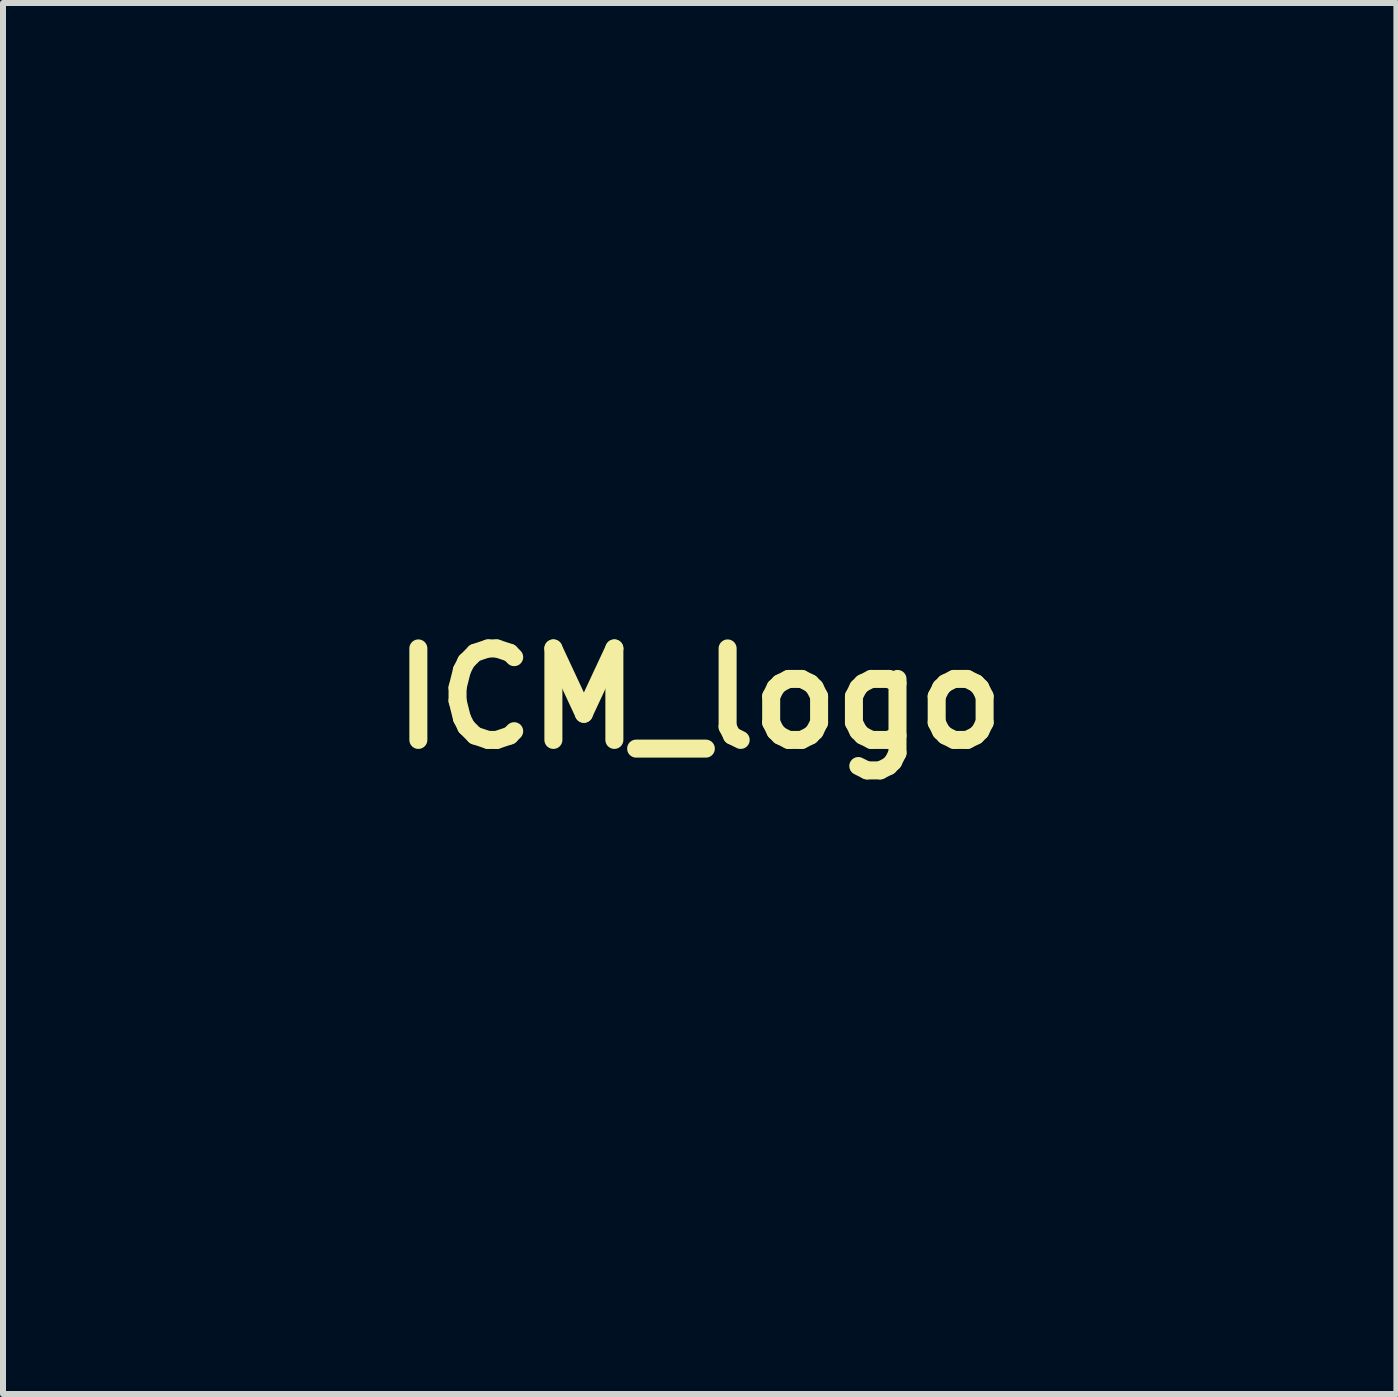
<source format=kicad_pcb>
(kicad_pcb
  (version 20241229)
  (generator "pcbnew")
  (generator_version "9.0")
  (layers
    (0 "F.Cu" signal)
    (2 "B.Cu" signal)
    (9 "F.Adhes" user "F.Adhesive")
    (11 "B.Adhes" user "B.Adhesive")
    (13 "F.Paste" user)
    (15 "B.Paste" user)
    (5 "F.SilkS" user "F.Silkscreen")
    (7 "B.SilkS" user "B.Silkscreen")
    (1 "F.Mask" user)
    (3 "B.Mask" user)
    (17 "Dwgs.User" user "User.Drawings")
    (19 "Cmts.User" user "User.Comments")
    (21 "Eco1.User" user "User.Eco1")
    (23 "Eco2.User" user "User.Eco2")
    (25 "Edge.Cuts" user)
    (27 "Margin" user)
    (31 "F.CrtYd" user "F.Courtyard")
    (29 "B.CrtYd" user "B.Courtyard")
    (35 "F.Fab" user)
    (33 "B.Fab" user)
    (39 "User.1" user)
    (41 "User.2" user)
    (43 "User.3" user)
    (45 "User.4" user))
  (footprint "ICM_logo"
    (layer "F.Cu")
    (at 8.601 8.588)
    (property "Reference" "ICM_logo" (at 0 0 0) (layer "F.SilkS") (effects (font (size 1.524 1.524) (thickness 0.3))))
    (attr through_hole)
    (fp_poly (pts (xy -7.994 3.817) (xy -8.001 3.823) (xy -8.008 3.817) (xy -8.001 3.81) (xy -7.994 3.817)) (stroke (width 0.01) (type solid)) (fill no) (layer "Eco2.User"))
    (fp_poly (pts (xy -7.968 1.397) (xy -7.974 1.404) (xy -7.981 1.397) (xy -7.974 1.39) (xy -7.968 1.397)) (stroke (width 0.01) (type solid)) (fill no) (layer "Eco2.User"))
    (fp_poly (pts (xy -7.968 3.817) (xy -7.974 3.823) (xy -7.981 3.817) (xy -7.974 3.81) (xy -7.968 3.817)) (stroke (width 0.01) (type solid)) (fill no) (layer "Eco2.User"))
    (fp_poly (pts (xy -7.633 -7.453) (xy -7.64 -7.446) (xy -7.647 -7.453) (xy -7.64 -7.46) (xy -7.633 -7.453)) (stroke (width 0.01) (type solid)) (fill no) (layer "Eco2.User"))
    (fp_poly (pts (xy -7.633 7.48) (xy -7.64 7.486) (xy -7.647 7.48) (xy -7.64 7.473) (xy -7.633 7.48)) (stroke (width 0.01) (type solid)) (fill no) (layer "Eco2.User"))
    (fp_poly (pts (xy -7.433 7.667) (xy -7.44 7.673) (xy -7.446 7.667) (xy -7.44 7.66) (xy -7.433 7.667)) (stroke (width 0.01) (type solid)) (fill no) (layer "Eco2.User"))
    (fp_poly (pts (xy -7.339 7.747) (xy -7.346 7.754) (xy -7.353 7.747) (xy -7.346 7.74) (xy -7.339 7.747)) (stroke (width 0.01) (type solid)) (fill no) (layer "Eco2.User"))
    (fp_poly (pts (xy -7.286 -7.747) (xy -7.292 -7.74) (xy -7.299 -7.747) (xy -7.292 -7.754) (xy -7.286 -7.747)) (stroke (width 0.01) (type solid)) (fill no) (layer "Eco2.User"))
    (fp_poly (pts (xy -4.498 6.691) (xy -6.658 6.698) (xy -6.651 4.552) (xy -4.498 4.552) (xy -4.498 6.691)) (stroke (width 0.01) (type solid)) (fill no) (layer "Eco2.User"))
    (fp_poly (pts (xy -0.033 4.552) (xy -0.033 6.691) (xy -2.192 6.698) (xy -2.192 4.545) (xy -0.033 4.552)) (stroke (width 0.01) (type solid)) (fill no) (layer "Eco2.User"))
    (fp_poly (pts (xy 2.199 4.552) (xy 2.199 6.691) (xy 0.04 6.698) (xy 0.04 4.545) (xy 2.199 4.552)) (stroke (width 0.01) (type solid)) (fill no) (layer "Eco2.User"))
    (fp_poly (pts (xy 4.432 4.552) (xy 4.432 6.691) (xy 2.273 6.698) (xy 2.273 4.545) (xy 4.432 4.552)) (stroke (width 0.01) (type solid)) (fill no) (layer "Eco2.User"))
    (fp_poly (pts (xy 6.657 6.698) (xy 4.505 6.698) (xy 4.505 4.545) (xy 6.657 4.545) (xy 6.657 6.698)) (stroke (width 0.01) (type solid)) (fill no) (layer "Eco2.User"))
    (fp_poly (pts (xy 6.965 -7.894) (xy 6.958 -7.887) (xy 6.952 -7.894) (xy 6.958 -7.901) (xy 6.965 -7.894)) (stroke (width 0.01) (type solid)) (fill no) (layer "Eco2.User"))
    (fp_poly (pts (xy 7.58 -7.52) (xy 7.573 -7.513) (xy 7.567 -7.52) (xy 7.573 -7.526) (xy 7.58 -7.52)) (stroke (width 0.01) (type solid)) (fill no) (layer "Eco2.User"))
    (fp_poly (pts (xy 7.607 7.506) (xy 7.6 7.513) (xy 7.593 7.506) (xy 7.6 7.5) (xy 7.607 7.506)) (stroke (width 0.01) (type solid)) (fill no) (layer "Eco2.User"))
    (fp_poly (pts (xy 7.861 -7.132) (xy 7.854 -7.125) (xy 7.847 -7.132) (xy 7.854 -7.139) (xy 7.861 -7.132)) (stroke (width 0.01) (type solid)) (fill no) (layer "Eco2.User"))
    (fp_poly (pts (xy 7.968 3.763) (xy 7.961 3.77) (xy 7.954 3.763) (xy 7.961 3.757) (xy 7.968 3.763)) (stroke (width 0.01) (type solid)) (fill no) (layer "Eco2.User"))
    (fp_poly (pts (xy 7.994 3.803) (xy 7.988 3.81) (xy 7.981 3.803) (xy 7.988 3.797) (xy 7.994 3.803)) (stroke (width 0.01) (type solid)) (fill no) (layer "Eco2.User"))
    (fp_poly (pts (xy -4.498 -4.472) (xy -6.658 -4.465) (xy -6.654 -5.538) (xy -6.651 -6.611) (xy -4.498 -6.611) (xy -4.498 -4.472)) (stroke (width 0.01) (type solid)) (fill no) (layer "Eco2.User"))
    (fp_poly (pts (xy 2.199 -4.472) (xy 0.04 -4.465) (xy 0.043 -5.538) (xy 0.047 -6.611) (xy 2.199 -6.611) (xy 2.199 -4.472)) (stroke (width 0.01) (type solid)) (fill no) (layer "Eco2.User"))
    (fp_poly (pts (xy 6.657 -4.465) (xy 4.505 -4.465) (xy 4.508 -5.538) (xy 4.512 -6.611) (xy 6.657 -6.618) (xy 6.657 -4.465)) (stroke (width 0.01) (type solid)) (fill no) (layer "Eco2.User"))
    (fp_poly (pts (xy -7.785 -7.241) (xy -7.783 -7.225) (xy -7.785 -7.223) (xy -7.793 -7.225) (xy -7.794 -7.232) (xy -7.789 -7.243) (xy -7.785 -7.241)) (stroke (width 0.01) (type solid)) (fill no) (layer "Eco2.User"))
    (fp_poly (pts (xy -2.266 -4.472) (xy -3.346 -4.468) (xy -4.425 -4.465) (xy -4.422 -5.538) (xy -4.418 -6.611) (xy -2.266 -6.611) (xy -2.266 -4.472)) (stroke (width 0.01) (type solid)) (fill no) (layer "Eco2.User"))
    (fp_poly (pts (xy -2.266 6.691) (xy -3.346 6.694) (xy -4.425 6.698) (xy -4.422 5.625) (xy -4.418 4.552) (xy -2.266 4.552) (xy -2.266 6.691)) (stroke (width 0.01) (type solid)) (fill no) (layer "Eco2.User"))
    (fp_poly (pts (xy -0.033 -4.472) (xy -1.113 -4.468) (xy -2.193 -4.465) (xy -2.189 -5.538) (xy -2.186 -6.611) (xy -0.033 -6.611) (xy -0.033 -4.472)) (stroke (width 0.01) (type solid)) (fill no) (layer "Eco2.User"))
    (fp_poly (pts (xy 4.432 -4.472) (xy 3.352 -4.468) (xy 2.272 -4.465) (xy 2.276 -5.538) (xy 2.279 -6.611) (xy 4.432 -6.611) (xy 4.432 -4.472)) (stroke (width 0.01) (type solid)) (fill no) (layer "Eco2.User"))
    (fp_poly (pts (xy 7.869 -0.204) (xy 7.871 -0.176) (xy 7.869 -0.17) (xy 7.865 -0.169) (xy 7.863 -0.187) (xy 7.865 -0.206) (xy 7.869 -0.204)) (stroke (width 0.01) (type solid)) (fill no) (layer "Eco2.User"))
    (fp_poly (pts (xy 7.936 -0.036) (xy 7.938 -0.02) (xy 7.936 -0.018) (xy 7.928 -0.02) (xy 7.927 -0.027) (xy 7.932 -0.038) (xy 7.936 -0.036)) (stroke (width 0.01) (type solid)) (fill no) (layer "Eco2.User"))
    (fp_poly (pts (xy 7.963 0.104) (xy 7.965 0.131) (xy 7.963 0.137) (xy 7.958 0.139) (xy 7.956 0.12) (xy 7.958 0.101) (xy 7.963 0.104)) (stroke (width 0.01) (type solid)) (fill no) (layer "Eco2.User"))
    (fp_poly (pts (xy 7.963 0.238) (xy 7.965 0.259) (xy 7.962 0.264) (xy 7.956 0.26) (xy 7.955 0.246) (xy 7.959 0.232) (xy 7.963 0.238)) (stroke (width 0.01) (type solid)) (fill no) (layer "Eco2.User"))
    (fp_poly (pts (xy 7.99 0.145) (xy 7.992 0.165) (xy 7.989 0.17) (xy 7.983 0.166) (xy 7.982 0.153) (xy 7.985 0.138) (xy 7.99 0.145)) (stroke (width 0.01) (type solid)) (fill no) (layer "Eco2.User"))
    (fp_poly (pts (xy 7.99 0.318) (xy 7.992 0.339) (xy 7.989 0.344) (xy 7.983 0.34) (xy 7.982 0.326) (xy 7.985 0.312) (xy 7.99 0.318)) (stroke (width 0.01) (type solid)) (fill no) (layer "Eco2.User"))
    (fp_poly (pts (xy 7.863 -7.102) (xy 7.873 -7.085) (xy 7.872 -7.079) (xy 7.858 -7.079) (xy 7.856 -7.081) (xy 7.847 -7.101) (xy 7.847 -7.104) (xy 7.854 -7.109) (xy 7.863 -7.102)) (stroke (width 0.01) (type solid)) (fill no) (layer "Eco2.User"))
    (fp_poly (pts (xy 7.94 -0.211) (xy 7.939 -0.167) (xy 7.933 -0.148) (xy 7.925 -0.154) (xy 7.92 -0.165) (xy 7.918 -0.19) (xy 7.925 -0.226) (xy 7.925 -0.229) (xy 7.938 -0.274) (xy 7.94 -0.211)) (stroke (width 0.01) (type solid)) (fill no) (layer "Eco2.User"))
    (fp_poly (pts (xy -4.328 -2.144) (xy -4.284 -2.139) (xy -4.253 -2.135) (xy -4.242 -2.134) (xy -4.248 -2.123) (xy -4.267 -2.094) (xy -4.294 -2.052) (xy -4.326 -2.006) (xy -4.412 -1.88) (xy -4.412 -2.152) (xy -4.328 -2.144)) (stroke (width 0.01) (type solid)) (fill no) (layer "Eco2.User"))
    (fp_poly (pts (xy -7.5 -1.56) (xy -7.5 -1.412) (xy -7.501 -1.252) (xy -7.502 -1.085) (xy -7.503 -0.918) (xy -7.505 -0.758) (xy -7.507 -0.612) (xy -7.509 -0.498) (xy -7.517 -0.015) (xy -7.646 -0.011) (xy -7.72 -0.009) (xy -7.803 -0.009) (xy -7.877 -0.01) (xy -7.891 -0.011) (xy -8.008 -0.014) (xy -8.008 -2.139) (xy -7.5 -2.139) (xy -7.5 -1.56)) (stroke (width 0.01) (type solid)) (fill no) (layer "Eco2.User"))
    (fp_poly (pts (xy 6.062 -0.176) (xy 6.092 -0.147) (xy 6.12 -0.107) (xy 6.141 -0.065) (xy 6.149 -0.028) (xy 6.149 -0.027) (xy 6.137 -0.021) (xy 6.1 -0.016) (xy 6.041 -0.014) (xy 6.008 -0.013) (xy 5.867 -0.013) (xy 5.891 -0.055) (xy 5.917 -0.09) (xy 5.951 -0.127) (xy 5.987 -0.16) (xy 6.019 -0.181) (xy 6.036 -0.187) (xy 6.062 -0.176)) (stroke (width 0.01) (type solid)) (fill no) (layer "Eco2.User"))
    (fp_poly (pts (xy -2.271 -7.443) (xy -2.271 -7.324) (xy -2.27 -7.209) (xy -2.27 -7.101) (xy -2.269 -7.004) (xy -2.269 -6.923) (xy -2.268 -6.861) (xy -2.268 -6.825) (xy -2.266 -6.704) (xy -4.425 -6.697) (xy -4.425 -6.876) (xy -4.425 -6.934) (xy -4.424 -7.015) (xy -4.423 -7.112) (xy -4.421 -7.221) (xy -4.419 -7.336) (xy -4.417 -7.453) (xy -4.416 -7.498) (xy -4.407 -7.941) (xy -2.273 -7.941) (xy -2.271 -7.443)) (stroke (width 0.01) (type solid)) (fill no) (layer "Eco2.User"))
    (fp_poly (pts (xy -0.039 -7.443) (xy -0.038 -7.324) (xy -0.038 -7.209) (xy -0.037 -7.101) (xy -0.037 -7.004) (xy -0.036 -6.923) (xy -0.036 -6.861) (xy -0.035 -6.825) (xy -0.033 -6.704) (xy -2.192 -6.697) (xy -2.192 -6.896) (xy -2.192 -6.961) (xy -2.191 -7.048) (xy -2.19 -7.15) (xy -2.188 -7.263) (xy -2.186 -7.38) (xy -2.184 -7.496) (xy -2.184 -7.518) (xy -2.175 -7.941) (xy -0.04 -7.941) (xy -0.039 -7.443)) (stroke (width 0.01) (type solid)) (fill no) (layer "Eco2.User"))
    (fp_poly (pts (xy 2.193 -7.403) (xy 2.193 -7.282) (xy 2.194 -7.166) (xy 2.194 -7.06) (xy 2.195 -6.965) (xy 2.195 -6.887) (xy 2.196 -6.827) (xy 2.196 -6.79) (xy 2.196 -6.784) (xy 2.199 -6.704) (xy 0.04 -6.697) (xy 0.04 -6.896) (xy 0.04 -6.961) (xy 0.041 -7.048) (xy 0.043 -7.15) (xy 0.044 -7.263) (xy 0.046 -7.38) (xy 0.049 -7.496) (xy 0.049 -7.518) (xy 0.058 -7.941) (xy 2.192 -7.941) (xy 2.193 -7.403)) (stroke (width 0.01) (type solid)) (fill no) (layer "Eco2.User"))
    (fp_poly (pts (xy 4.426 -7.403) (xy 4.426 -7.282) (xy 4.426 -7.166) (xy 4.427 -7.06) (xy 4.427 -6.965) (xy 4.428 -6.887) (xy 4.428 -6.827) (xy 4.429 -6.79) (xy 4.429 -6.784) (xy 4.432 -6.704) (xy 2.273 -6.697) (xy 2.273 -6.896) (xy 2.273 -6.961) (xy 2.274 -7.048) (xy 2.275 -7.15) (xy 2.277 -7.263) (xy 2.279 -7.38) (xy 2.281 -7.496) (xy 2.281 -7.518) (xy 2.29 -7.941) (xy 4.425 -7.941) (xy 4.426 -7.403)) (stroke (width 0.01) (type solid)) (fill no) (layer "Eco2.User"))
    (fp_poly (pts (xy 4.287 0.082) (xy 4.352 0.086) (xy 4.375 0.089) (xy 4.425 0.097) (xy 4.425 0.176) (xy 4.416 0.25) (xy 4.392 0.322) (xy 4.355 0.385) (xy 4.31 0.436) (xy 4.26 0.47) (xy 4.209 0.481) (xy 4.182 0.471) (xy 4.146 0.444) (xy 4.124 0.423) (xy 4.088 0.376) (xy 4.05 0.311) (xy 4.015 0.239) (xy 3.987 0.166) (xy 3.977 0.132) (xy 3.974 0.113) (xy 3.979 0.102) (xy 3.999 0.095) (xy 4.039 0.09) (xy 4.052 0.089) (xy 4.128 0.083) (xy 4.21 0.081) (xy 4.287 0.082)) (stroke (width 0.01) (type solid)) (fill no) (layer "Eco2.User"))
    (fp_poly (pts (xy -1.111 3.441) (xy -0.945 3.443) (xy -0.786 3.444) (xy -0.638 3.446) (xy -0.502 3.447) (xy -0.379 3.449) (xy -0.273 3.45) (xy -0.184 3.451) (xy -0.115 3.452) (xy -0.069 3.453) (xy -0.046 3.454) (xy -0.044 3.454) (xy -0.043 3.467) (xy -0.043 3.505) (xy -0.042 3.563) (xy -0.041 3.639) (xy -0.04 3.73) (xy -0.038 3.833) (xy -0.038 3.945) (xy -0.037 3.958) (xy -0.033 4.458) (xy -1.113 4.462) (xy -2.192 4.465) (xy -2.192 4.101) (xy -2.192 3.995) (xy -2.191 3.889) (xy -2.19 3.788) (xy -2.188 3.698) (xy -2.185 3.626) (xy -2.184 3.584) (xy -2.175 3.432) (xy -1.111 3.441)) (stroke (width 0.01) (type solid)) (fill no) (layer "Eco2.User"))
    (fp_poly (pts (xy -5.386 0.081) (xy -5.294 0.082) (xy -5.211 0.083) (xy -5.143 0.085) (xy -5.095 0.088) (xy -5.083 0.089) (xy -5.044 0.095) (xy -5.022 0.105) (xy -5.016 0.124) (xy -5.023 0.157) (xy -5.041 0.207) (xy -5.088 0.296) (xy -5.158 0.376) (xy -5.246 0.443) (xy -5.35 0.495) (xy -5.461 0.528) (xy -5.54 0.542) (xy -5.604 0.546) (xy -5.661 0.54) (xy -5.71 0.527) (xy -5.783 0.491) (xy -5.842 0.433) (xy -5.886 0.351) (xy -5.917 0.248) (xy -5.929 0.172) (xy -5.937 0.098) (xy -5.854 0.089) (xy -5.811 0.086) (xy -5.748 0.084) (xy -5.668 0.082) (xy -5.578 0.081) (xy -5.482 0.081) (xy -5.386 0.081)) (stroke (width 0.01) (type solid)) (fill no) (layer "Eco2.User"))
    (fp_poly (pts (xy -2.79 0.082) (xy -2.72 0.083) (xy -2.266 0.087) (xy -2.263 0.735) (xy -2.262 0.879) (xy -2.262 1.027) (xy -2.263 1.175) (xy -2.264 1.317) (xy -2.265 1.449) (xy -2.266 1.566) (xy -2.268 1.665) (xy -2.269 1.714) (xy -2.279 2.045) (xy -2.38 1.99) (xy -2.557 1.879) (xy -2.722 1.746) (xy -2.871 1.595) (xy -3.002 1.427) (xy -3.111 1.246) (xy -3.149 1.171) (xy -3.225 0.984) (xy -3.287 0.785) (xy -3.333 0.581) (xy -3.36 0.379) (xy -3.369 0.212) (xy -3.369 0.096) (xy -3.272 0.087) (xy -3.235 0.085) (xy -3.175 0.084) (xy -3.097 0.083) (xy -3.004 0.082) (xy -2.9 0.082) (xy -2.79 0.082)) (stroke (width 0.01) (type solid)) (fill no) (layer "Eco2.User"))
    (fp_poly (pts (xy 2.516 0.184) (xy 2.538 0.227) (xy 2.561 0.278) (xy 2.586 0.338) (xy 2.613 0.41) (xy 2.644 0.495) (xy 2.678 0.595) (xy 2.717 0.711) (xy 2.761 0.846) (xy 2.811 1.001) (xy 2.866 1.178) (xy 2.929 1.379) (xy 2.98 1.545) (xy 3.024 1.687) (xy 3.062 1.807) (xy 3.092 1.908) (xy 3.118 1.99) (xy 3.138 2.055) (xy 3.153 2.107) (xy 3.164 2.145) (xy 3.172 2.173) (xy 3.177 2.192) (xy 3.179 2.204) (xy 3.179 2.211) (xy 3.178 2.214) (xy 3.176 2.216) (xy 3.175 2.217) (xy 3.16 2.219) (xy 3.121 2.222) (xy 3.062 2.224) (xy 2.986 2.226) (xy 2.897 2.228) (xy 2.796 2.229) (xy 2.726 2.23) (xy 2.286 2.234) (xy 2.286 0.094) (xy 2.468 0.094) (xy 2.516 0.184)) (stroke (width 0.01) (type solid)) (fill no) (layer "Eco2.User"))
    (fp_poly (pts (xy 4.956 -2.145) (xy 5.041 -2.144) (xy 5.113 -2.143) (xy 5.17 -2.141) (xy 5.207 -2.139) (xy 5.22 -2.137) (xy 5.217 -2.124) (xy 5.206 -2.087) (xy 5.188 -2.029) (xy 5.164 -1.952) (xy 5.133 -1.859) (xy 5.098 -1.752) (xy 5.058 -1.632) (xy 5.014 -1.502) (xy 4.967 -1.365) (xy 4.96 -1.343) (xy 4.909 -1.195) (xy 4.859 -1.047) (xy 4.81 -0.902) (xy 4.763 -0.763) (xy 4.72 -0.635) (xy 4.681 -0.519) (xy 4.648 -0.419) (xy 4.622 -0.339) (xy 4.607 -0.291) (xy 4.522 -0.024) (xy 4.513 -0.63) (xy 4.511 -0.778) (xy 4.509 -0.936) (xy 4.508 -1.099) (xy 4.507 -1.261) (xy 4.507 -1.415) (xy 4.507 -1.555) (xy 4.507 -1.676) (xy 4.508 -1.691) (xy 4.512 -2.146) (xy 4.862 -2.146) (xy 4.956 -2.145)) (stroke (width 0.01) (type solid)) (fill no) (layer "Eco2.User"))
    (fp_poly (pts (xy 6.657 -3.329) (xy 6.347 -3.328) (xy 6.252 -3.328) (xy 6.161 -3.326) (xy 6.078 -3.324) (xy 6.009 -3.321) (xy 5.96 -3.317) (xy 5.946 -3.315) (xy 5.832 -3.289) (xy 5.736 -3.245) (xy 5.656 -3.181) (xy 5.588 -3.094) (xy 5.558 -3.041) (xy 5.542 -3.007) (xy 5.52 -2.952) (xy 5.492 -2.88) (xy 5.461 -2.796) (xy 5.427 -2.703) (xy 5.393 -2.608) (xy 5.354 -2.495) (xy 5.321 -2.406) (xy 5.295 -2.338) (xy 5.275 -2.29) (xy 5.26 -2.26) (xy 5.248 -2.246) (xy 5.246 -2.244) (xy 5.226 -2.242) (xy 5.183 -2.239) (xy 5.121 -2.237) (xy 5.044 -2.235) (xy 4.956 -2.234) (xy 4.863 -2.233) (xy 4.505 -2.233) (xy 4.508 -3.305) (xy 4.512 -4.378) (xy 5.585 -4.382) (xy 6.657 -4.385) (xy 6.657 -3.329)) (stroke (width 0.01) (type solid)) (fill no) (layer "Eco2.User"))
    (fp_poly (pts (xy -2.261 -4.285) (xy -2.261 -4.248) (xy -2.26 -4.189) (xy -2.261 -4.111) (xy -2.262 -4.019) (xy -2.263 -3.917) (xy -2.265 -3.808) (xy -2.266 -3.76) (xy -2.276 -3.328) (xy -2.311 -3.32) (xy -2.579 -3.246) (xy -2.841 -3.153) (xy -3.093 -3.042) (xy -3.334 -2.915) (xy -3.559 -2.775) (xy -3.766 -2.621) (xy -3.952 -2.456) (xy -4.04 -2.365) (xy -4.153 -2.244) (xy -4.282 -2.236) (xy -4.344 -2.233) (xy -4.384 -2.234) (xy -4.407 -2.238) (xy -4.417 -2.246) (xy -4.418 -2.247) (xy -4.419 -2.263) (xy -4.42 -2.304) (xy -4.421 -2.367) (xy -4.422 -2.451) (xy -4.422 -2.553) (xy -4.422 -2.672) (xy -4.422 -2.805) (xy -4.422 -2.951) (xy -4.422 -3.107) (xy -4.422 -3.27) (xy -4.422 -3.322) (xy -4.418 -4.378) (xy -2.266 -4.378) (xy -2.261 -4.285)) (stroke (width 0.01) (type solid)) (fill no) (layer "Eco2.User"))
    (fp_poly (pts (xy -3.121 -7.981) (xy -2.925 -7.98) (xy -2.755 -7.979) (xy -2.61 -7.978) (xy -2.49 -7.977) (xy -2.396 -7.975) (xy -2.329 -7.973) (xy -2.287 -7.97) (xy -2.273 -7.968) (xy -2.273 -7.968) (xy -2.286 -7.965) (xy -2.326 -7.962) (xy -2.392 -7.96) (xy -2.484 -7.958) (xy -2.602 -7.957) (xy -2.746 -7.956) (xy -2.915 -7.955) (xy -3.11 -7.954) (xy -3.329 -7.954) (xy -3.342 -7.954) (xy -3.563 -7.954) (xy -3.759 -7.955) (xy -3.929 -7.956) (xy -4.075 -7.957) (xy -4.194 -7.958) (xy -4.288 -7.96) (xy -4.355 -7.962) (xy -4.397 -7.965) (xy -4.412 -7.967) (xy -4.412 -7.968) (xy -4.398 -7.97) (xy -4.358 -7.973) (xy -4.292 -7.975) (xy -4.2 -7.977) (xy -4.082 -7.978) (xy -3.938 -7.979) (xy -3.769 -7.98) (xy -3.574 -7.981) (xy -3.355 -7.981) (xy -3.342 -7.981) (xy -3.121 -7.981)) (stroke (width 0.01) (type solid)) (fill no) (layer "Eco2.User"))
    (fp_poly (pts (xy -1.093 -2.118) (xy -0.842 -2.094) (xy -0.815 -2.091) (xy -0.752 -2.08) (xy -0.671 -2.064) (xy -0.581 -2.045) (xy -0.492 -2.025) (xy -0.455 -2.016) (xy -0.368 -1.995) (xy -0.301 -1.981) (xy -0.248 -1.972) (xy -0.204 -1.967) (xy -0.164 -1.967) (xy -0.139 -1.968) (xy -0.043 -1.974) (xy -0.034 -1.532) (xy -0.032 -1.411) (xy -0.03 -1.269) (xy -0.029 -1.115) (xy -0.028 -0.955) (xy -0.028 -0.796) (xy -0.029 -0.644) (xy -0.029 -0.548) (xy -0.033 -0.007) (xy -2.192 0.000158) (xy -2.192 -0.812) (xy -2.192 -0.963) (xy -2.192 -1.11) (xy -2.191 -1.252) (xy -2.19 -1.384) (xy -2.189 -1.503) (xy -2.188 -1.608) (xy -2.186 -1.694) (xy -2.185 -1.759) (xy -2.184 -1.795) (xy -2.175 -1.965) (xy -2.052 -2.005) (xy -1.828 -2.064) (xy -1.59 -2.103) (xy -1.344 -2.121) (xy -1.093 -2.118)) (stroke (width 0.01) (type solid)) (fill no) (layer "Eco2.User"))
    (fp_poly (pts (xy -0.889 -7.981) (xy -0.693 -7.98) (xy -0.522 -7.979) (xy -0.377 -7.978) (xy -0.258 -7.977) (xy -0.164 -7.975) (xy -0.096 -7.973) (xy -0.055 -7.97) (xy -0.04 -7.968) (xy -0.04 -7.968) (xy -0.053 -7.965) (xy -0.093 -7.962) (xy -0.159 -7.96) (xy -0.252 -7.958) (xy -0.37 -7.957) (xy -0.514 -7.956) (xy -0.683 -7.955) (xy -0.877 -7.954) (xy -1.097 -7.954) (xy -1.11 -7.954) (xy -1.33 -7.954) (xy -1.526 -7.955) (xy -1.697 -7.956) (xy -1.842 -7.957) (xy -1.962 -7.958) (xy -2.055 -7.96) (xy -2.123 -7.962) (xy -2.164 -7.965) (xy -2.179 -7.967) (xy -2.179 -7.968) (xy -2.166 -7.97) (xy -2.126 -7.973) (xy -2.06 -7.975) (xy -1.967 -7.977) (xy -1.849 -7.978) (xy -1.706 -7.979) (xy -1.536 -7.98) (xy -1.342 -7.981) (xy -1.123 -7.981) (xy -1.11 -7.981) (xy -0.889 -7.981)) (stroke (width 0.01) (type solid)) (fill no) (layer "Eco2.User"))
    (fp_poly (pts (xy 1.344 -7.981) (xy 1.54 -7.98) (xy 1.71 -7.979) (xy 1.855 -7.978) (xy 1.975 -7.977) (xy 2.069 -7.975) (xy 2.136 -7.973) (xy 2.178 -7.97) (xy 2.192 -7.968) (xy 2.192 -7.968) (xy 2.179 -7.965) (xy 2.139 -7.962) (xy 2.073 -7.96) (xy 1.981 -7.958) (xy 1.863 -7.957) (xy 1.719 -7.956) (xy 1.55 -7.955) (xy 1.355 -7.954) (xy 1.136 -7.954) (xy 1.123 -7.954) (xy 0.902 -7.954) (xy 0.706 -7.955) (xy 0.536 -7.956) (xy 0.39 -7.957) (xy 0.271 -7.958) (xy 0.177 -7.96) (xy 0.11 -7.962) (xy 0.068 -7.965) (xy 0.054 -7.967) (xy 0.053 -7.968) (xy 0.067 -7.97) (xy 0.107 -7.973) (xy 0.173 -7.975) (xy 0.265 -7.977) (xy 0.383 -7.978) (xy 0.527 -7.979) (xy 0.696 -7.98) (xy 0.891 -7.981) (xy 1.11 -7.981) (xy 1.123 -7.981) (xy 1.344 -7.981)) (stroke (width 0.01) (type solid)) (fill no) (layer "Eco2.User"))
    (fp_poly (pts (xy 3.576 -7.981) (xy 3.772 -7.98) (xy 3.943 -7.979) (xy 4.088 -7.978) (xy 4.207 -7.977) (xy 4.301 -7.975) (xy 4.369 -7.973) (xy 4.41 -7.97) (xy 4.425 -7.968) (xy 4.425 -7.968) (xy 4.412 -7.965) (xy 4.372 -7.962) (xy 4.306 -7.96) (xy 4.213 -7.958) (xy 4.095 -7.957) (xy 3.951 -7.956) (xy 3.782 -7.955) (xy 3.588 -7.954) (xy 3.368 -7.954) (xy 3.355 -7.954) (xy 3.135 -7.954) (xy 2.939 -7.955) (xy 2.768 -7.956) (xy 2.623 -7.957) (xy 2.503 -7.958) (xy 2.41 -7.96) (xy 2.342 -7.962) (xy 2.301 -7.965) (xy 2.286 -7.967) (xy 2.286 -7.968) (xy 2.299 -7.97) (xy 2.339 -7.973) (xy 2.405 -7.975) (xy 2.498 -7.977) (xy 2.616 -7.978) (xy 2.759 -7.979) (xy 2.929 -7.98) (xy 3.123 -7.981) (xy 3.343 -7.981) (xy 3.355 -7.981) (xy 3.576 -7.981)) (stroke (width 0.01) (type solid)) (fill no) (layer "Eco2.User"))
    (fp_poly (pts (xy -4.388 2.336) (xy -4.363 2.362) (xy -4.33 2.402) (xy -4.291 2.448) (xy -4.136 2.62) (xy -3.961 2.782) (xy -3.771 2.93) (xy -3.572 3.062) (xy -3.369 3.171) (xy -3.305 3.201) (xy -3.092 3.285) (xy -2.876 3.349) (xy -2.652 3.394) (xy -2.422 3.422) (xy -2.364 3.427) (xy -2.317 3.432) (xy -2.287 3.436) (xy -2.279 3.438) (xy -2.278 3.452) (xy -2.276 3.49) (xy -2.275 3.549) (xy -2.274 3.625) (xy -2.272 3.717) (xy -2.271 3.82) (xy -2.27 3.933) (xy -2.27 3.951) (xy -2.266 4.458) (xy -3.345 4.462) (xy -4.425 4.465) (xy -4.425 3.638) (xy -4.425 3.415) (xy -4.424 3.209) (xy -4.423 3.023) (xy -4.421 2.856) (xy -4.419 2.711) (xy -4.416 2.588) (xy -4.413 2.487) (xy -4.41 2.41) (xy -4.406 2.357) (xy -4.401 2.33) (xy -4.399 2.326) (xy -4.388 2.336)) (stroke (width 0.01) (type solid)) (fill no) (layer "Eco2.User"))
    (fp_poly (pts (xy 2.185 0.794) (xy 2.187 0.843) (xy 2.188 0.919) (xy 2.189 1.019) (xy 2.19 1.145) (xy 2.19 1.295) (xy 2.191 1.427) (xy 2.191 1.6) (xy 2.191 1.748) (xy 2.191 1.873) (xy 2.19 1.976) (xy 2.189 2.059) (xy 2.187 2.123) (xy 2.185 2.171) (xy 2.183 2.204) (xy 2.18 2.223) (xy 2.177 2.23) (xy 2.176 2.231) (xy 2.15 2.227) (xy 2.129 2.223) (xy 2.121 2.222) (xy 2.115 2.222) (xy 2.11 2.22) (xy 2.106 2.213) (xy 2.103 2.201) (xy 2.102 2.18) (xy 2.101 2.15) (xy 2.102 2.106) (xy 2.105 2.048) (xy 2.108 1.974) (xy 2.113 1.881) (xy 2.119 1.766) (xy 2.126 1.629) (xy 2.133 1.511) (xy 2.143 1.326) (xy 2.151 1.168) (xy 2.159 1.036) (xy 2.165 0.93) (xy 2.171 0.851) (xy 2.176 0.798) (xy 2.179 0.771) (xy 2.182 0.769) (xy 2.185 0.794)) (stroke (width 0.01) (type solid)) (fill no) (layer "Eco2.User"))
    (fp_poly (pts (xy 4.432 -2.239) (xy 3.863 -2.238) (xy 3.742 -2.238) (xy 3.627 -2.238) (xy 3.523 -2.238) (xy 3.432 -2.239) (xy 3.357 -2.239) (xy 3.302 -2.24) (xy 3.268 -2.241) (xy 3.261 -2.242) (xy 3.25 -2.245) (xy 3.24 -2.252) (xy 3.23 -2.266) (xy 3.218 -2.29) (xy 3.204 -2.326) (xy 3.185 -2.379) (xy 3.162 -2.449) (xy 3.132 -2.541) (xy 3.116 -2.591) (xy 3.072 -2.726) (xy 3.033 -2.839) (xy 2.998 -2.932) (xy 2.967 -3.007) (xy 2.937 -3.068) (xy 2.908 -3.118) (xy 2.879 -3.159) (xy 2.862 -3.178) (xy 2.79 -3.239) (xy 2.696 -3.284) (xy 2.581 -3.313) (xy 2.447 -3.327) (xy 2.391 -3.329) (xy 2.289 -3.329) (xy 2.28 -3.519) (xy 2.277 -3.589) (xy 2.276 -3.679) (xy 2.275 -3.782) (xy 2.274 -3.891) (xy 2.275 -3.999) (xy 2.275 -4.044) (xy 2.279 -4.378) (xy 4.432 -4.378) (xy 4.432 -2.239)) (stroke (width 0.01) (type solid)) (fill no) (layer "Eco2.User"))
    (fp_poly (pts (xy -4.505 -1.715) (xy -4.591 -1.536) (xy -4.697 -1.291) (xy -4.787 -1.034) (xy -4.861 -0.763) (xy -4.921 -0.473) (xy -4.959 -0.226) (xy -4.969 -0.155) (xy -4.979 -0.094) (xy -4.987 -0.047) (xy -4.992 -0.02) (xy -4.994 -0.014) (xy -5.009 -0.012) (xy -5.047 -0.011) (xy -5.103 -0.009) (xy -5.176 -0.008) (xy -5.259 -0.007) (xy -5.351 -0.006) (xy -5.446 -0.005) (xy -5.542 -0.005) (xy -5.634 -0.004) (xy -5.718 -0.005) (xy -5.792 -0.005) (xy -5.85 -0.006) (xy -5.889 -0.008) (xy -5.905 -0.009) (xy -5.934 -0.015) (xy -5.928 -0.753) (xy -5.927 -0.904) (xy -5.925 -1.057) (xy -5.923 -1.209) (xy -5.921 -1.354) (xy -5.919 -1.49) (xy -5.918 -1.613) (xy -5.916 -1.717) (xy -5.914 -1.799) (xy -5.914 -1.813) (xy -5.906 -2.136) (xy -5.837 -2.144) (xy -5.81 -2.146) (xy -5.759 -2.147) (xy -5.687 -2.149) (xy -5.598 -2.15) (xy -5.494 -2.151) (xy -5.378 -2.152) (xy -5.253 -2.152) (xy -5.137 -2.152) (xy -4.505 -2.152) (xy -4.505 -1.715)) (stroke (width 0.01) (type solid)) (fill no) (layer "Eco2.User"))
    (fp_poly (pts (xy -2.277 -1.907) (xy -2.276 -1.893) (xy -2.275 -1.854) (xy -2.273 -1.793) (xy -2.272 -1.711) (xy -2.271 -1.611) (xy -2.27 -1.496) (xy -2.269 -1.366) (xy -2.269 -1.225) (xy -2.268 -1.074) (xy -2.268 -0.953) (xy -2.266 -0.007) (xy -2.787 -0.005) (xy -2.904 -0.005) (xy -3.013 -0.005) (xy -3.111 -0.005) (xy -3.196 -0.006) (xy -3.264 -0.007) (xy -3.312 -0.008) (xy -3.337 -0.009) (xy -3.339 -0.009) (xy -3.356 -0.016) (xy -3.365 -0.031) (xy -3.369 -0.062) (xy -3.369 -0.087) (xy -3.366 -0.147) (xy -3.359 -0.225) (xy -3.348 -0.315) (xy -3.335 -0.407) (xy -3.32 -0.494) (xy -3.305 -0.569) (xy -3.302 -0.582) (xy -3.241 -0.794) (xy -3.161 -0.998) (xy -3.064 -1.188) (xy -2.999 -1.294) (xy -2.935 -1.381) (xy -2.855 -1.475) (xy -2.768 -1.568) (xy -2.678 -1.653) (xy -2.593 -1.724) (xy -2.571 -1.74) (xy -2.514 -1.78) (xy -2.454 -1.818) (xy -2.396 -1.853) (xy -2.345 -1.881) (xy -2.306 -1.9) (xy -2.282 -1.908) (xy -2.277 -1.907)) (stroke (width 0.01) (type solid)) (fill no) (layer "Eco2.User"))
    (fp_poly (pts (xy 0.544 0.087) (xy 0.635 0.088) (xy 0.715 0.089) (xy 0.779 0.091) (xy 0.824 0.093) (xy 0.846 0.095) (xy 0.848 0.095) (xy 0.851 0.112) (xy 0.85 0.152) (xy 0.846 0.212) (xy 0.839 0.289) (xy 0.831 0.378) (xy 0.82 0.478) (xy 0.808 0.584) (xy 0.795 0.694) (xy 0.781 0.804) (xy 0.767 0.91) (xy 0.753 1.01) (xy 0.74 1.1) (xy 0.727 1.177) (xy 0.72 1.214) (xy 0.676 1.406) (xy 0.621 1.573) (xy 0.555 1.718) (xy 0.477 1.841) (xy 0.388 1.942) (xy 0.285 2.024) (xy 0.201 2.071) (xy 0.15 2.095) (xy 0.107 2.114) (xy 0.079 2.124) (xy 0.072 2.126) (xy 0.065 2.116) (xy 0.059 2.086) (xy 0.054 2.033) (xy 0.049 1.957) (xy 0.047 1.922) (xy 0.046 1.871) (xy 0.045 1.796) (xy 0.043 1.701) (xy 0.043 1.589) (xy 0.042 1.462) (xy 0.042 1.324) (xy 0.042 1.178) (xy 0.042 1.027) (xy 0.043 0.902) (xy 0.047 0.087) (xy 0.443 0.087) (xy 0.544 0.087)) (stroke (width 0.01) (type solid)) (fill no) (layer "Eco2.User"))
    (fp_poly (pts (xy 0.774 -2.151) (xy 0.844 -2.149) (xy 0.889 -2.146) (xy 1.002 -2.137) (xy 0.995 -2.034) (xy 0.993 -1.997) (xy 0.989 -1.937) (xy 0.985 -1.857) (xy 0.979 -1.763) (xy 0.973 -1.657) (xy 0.967 -1.544) (xy 0.962 -1.444) (xy 0.955 -1.315) (xy 0.947 -1.179) (xy 0.938 -1.04) (xy 0.929 -0.901) (xy 0.92 -0.762) (xy 0.911 -0.628) (xy 0.902 -0.501) (xy 0.893 -0.382) (xy 0.885 -0.276) (xy 0.878 -0.184) (xy 0.872 -0.11) (xy 0.866 -0.055) (xy 0.862 -0.022) (xy 0.86 -0.014) (xy 0.846 -0.012) (xy 0.808 -0.01) (xy 0.75 -0.008) (xy 0.675 -0.006) (xy 0.586 -0.004) (xy 0.488 -0.003) (xy 0.446 -0.002) (xy 0.038 0.002) (xy 0.042 -1) (xy 0.047 -2.001) (xy 0.085 -2.056) (xy 0.112 -2.092) (xy 0.135 -2.12) (xy 0.144 -2.128) (xy 0.163 -2.134) (xy 0.205 -2.138) (xy 0.265 -2.143) (xy 0.339 -2.146) (xy 0.423 -2.149) (xy 0.513 -2.151) (xy 0.604 -2.152) (xy 0.693 -2.152) (xy 0.774 -2.151)) (stroke (width 0.01) (type solid)) (fill no) (layer "Eco2.User"))
    (fp_poly (pts (xy -0.029 -4.251) (xy -0.028 -4.202) (xy -0.028 -4.135) (xy -0.028 -4.054) (xy -0.029 -3.963) (xy -0.031 -3.866) (xy -0.033 -3.765) (xy -0.035 -3.665) (xy -0.037 -3.568) (xy -0.04 -3.479) (xy -0.043 -3.401) (xy -0.045 -3.337) (xy -0.048 -3.291) (xy -0.051 -3.266) (xy -0.052 -3.263) (xy -0.068 -3.267) (xy -0.103 -3.276) (xy -0.152 -3.289) (xy -0.18 -3.296) (xy -0.285 -3.321) (xy -0.409 -3.345) (xy -0.544 -3.368) (xy -0.681 -3.388) (xy -0.814 -3.404) (xy -0.877 -3.41) (xy -0.991 -3.417) (xy -1.123 -3.421) (xy -1.266 -3.422) (xy -1.414 -3.42) (xy -1.561 -3.415) (xy -1.702 -3.408) (xy -1.83 -3.399) (xy -1.939 -3.387) (xy -1.969 -3.383) (xy -2.039 -3.373) (xy -2.099 -3.365) (xy -2.145 -3.361) (xy -2.171 -3.36) (xy -2.176 -3.361) (xy -2.178 -3.376) (xy -2.18 -3.415) (xy -2.181 -3.474) (xy -2.183 -3.551) (xy -2.184 -3.643) (xy -2.184 -3.747) (xy -2.185 -3.859) (xy -2.185 -3.874) (xy -2.186 -4.378) (xy -0.033 -4.378) (xy -0.029 -4.251)) (stroke (width 0.01) (type solid)) (fill no) (layer "Eco2.User"))
    (fp_poly (pts (xy -5.102 1.433) (xy -5.014 1.46) (xy -5.007 1.463) (xy -4.954 1.494) (xy -4.905 1.536) (xy -4.856 1.591) (xy -4.805 1.663) (xy -4.748 1.756) (xy -4.72 1.806) (xy -4.68 1.878) (xy -4.639 1.95) (xy -4.6 2.015) (xy -4.57 2.065) (xy -4.563 2.076) (xy -4.528 2.136) (xy -4.509 2.179) (xy -4.508 2.207) (xy -4.523 2.223) (xy -4.526 2.224) (xy -4.544 2.226) (xy -4.584 2.227) (xy -4.645 2.228) (xy -4.723 2.229) (xy -4.814 2.23) (xy -4.915 2.23) (xy -5.023 2.231) (xy -5.135 2.231) (xy -5.247 2.23) (xy -5.355 2.23) (xy -5.458 2.229) (xy -5.551 2.228) (xy -5.63 2.227) (xy -5.694 2.226) (xy -5.738 2.225) (xy -5.758 2.223) (xy -5.773 2.218) (xy -5.782 2.208) (xy -5.787 2.185) (xy -5.788 2.146) (xy -5.788 2.108) (xy -5.782 1.995) (xy -5.767 1.889) (xy -5.743 1.795) (xy -5.717 1.728) (xy -5.662 1.646) (xy -5.589 1.575) (xy -5.501 1.516) (xy -5.404 1.47) (xy -5.302 1.44) (xy -5.2 1.427) (xy -5.102 1.433)) (stroke (width 0.01) (type solid)) (fill no) (layer "Eco2.User"))
    (fp_poly (pts (xy -0.03 0.809) (xy -0.03 0.958) (xy -0.03 1.11) (xy -0.03 1.259) (xy -0.031 1.403) (xy -0.032 1.537) (xy -0.033 1.656) (xy -0.035 1.758) (xy -0.037 1.837) (xy -0.037 1.845) (xy -0.047 2.159) (xy -0.14 2.174) (xy -0.225 2.186) (xy -0.32 2.196) (xy -0.428 2.204) (xy -0.551 2.21) (xy -0.692 2.215) (xy -0.853 2.217) (xy -1.038 2.218) (xy -1.135 2.218) (xy -1.271 2.218) (xy -1.384 2.218) (xy -1.476 2.217) (xy -1.551 2.215) (xy -1.611 2.213) (xy -1.661 2.211) (xy -1.703 2.207) (xy -1.74 2.202) (xy -1.775 2.197) (xy -1.812 2.189) (xy -1.825 2.187) (xy -1.893 2.171) (xy -1.965 2.153) (xy -2.034 2.133) (xy -2.095 2.113) (xy -2.143 2.096) (xy -2.172 2.082) (xy -2.177 2.079) (xy -2.178 2.064) (xy -2.18 2.025) (xy -2.181 1.963) (xy -2.182 1.881) (xy -2.183 1.781) (xy -2.184 1.664) (xy -2.185 1.534) (xy -2.185 1.391) (xy -2.186 1.238) (xy -2.186 1.078) (xy -2.186 0.087) (xy -0.033 0.087) (xy -0.03 0.809)) (stroke (width 0.01) (type solid)) (fill no) (layer "Eco2.User"))
    (fp_poly (pts (xy 2.692 2.314) (xy 2.797 2.314) (xy 2.896 2.316) (xy 2.985 2.317) (xy 3.06 2.319) (xy 3.118 2.321) (xy 3.154 2.323) (xy 3.159 2.324) (xy 3.224 2.333) (xy 3.33 2.671) (xy 3.361 2.767) (xy 3.391 2.858) (xy 3.419 2.94) (xy 3.444 3.009) (xy 3.463 3.06) (xy 3.475 3.087) (xy 3.521 3.167) (xy 3.571 3.232) (xy 3.629 3.283) (xy 3.697 3.321) (xy 3.779 3.347) (xy 3.878 3.364) (xy 3.998 3.372) (xy 4.104 3.374) (xy 4.182 3.373) (xy 4.254 3.372) (xy 4.315 3.369) (xy 4.358 3.366) (xy 4.373 3.364) (xy 4.422 3.355) (xy 4.431 3.813) (xy 4.433 3.926) (xy 4.435 4.034) (xy 4.436 4.134) (xy 4.437 4.222) (xy 4.437 4.293) (xy 4.437 4.344) (xy 4.436 4.365) (xy 4.432 4.458) (xy 3.352 4.462) (xy 2.273 4.465) (xy 2.273 3.451) (xy 2.273 3.287) (xy 2.273 3.13) (xy 2.274 2.981) (xy 2.274 2.844) (xy 2.275 2.719) (xy 2.276 2.611) (xy 2.277 2.52) (xy 2.278 2.449) (xy 2.28 2.4) (xy 2.281 2.375) (xy 2.281 2.375) (xy 2.29 2.313) (xy 2.692 2.314)) (stroke (width 0.01) (type solid)) (fill no) (layer "Eco2.User"))
    (fp_poly (pts (xy -4.499 2.744) (xy -4.497 2.852) (xy -4.496 2.982) (xy -4.495 3.127) (xy -4.494 3.282) (xy -4.493 3.442) (xy -4.493 3.602) (xy -4.494 3.755) (xy -4.494 3.817) (xy -4.498 4.458) (xy -5.58 4.462) (xy -6.661 4.465) (xy -6.655 3.95) (xy -6.653 3.836) (xy -6.651 3.73) (xy -6.65 3.635) (xy -6.648 3.555) (xy -6.646 3.493) (xy -6.644 3.45) (xy -6.643 3.431) (xy -6.643 3.431) (xy -6.628 3.429) (xy -6.592 3.426) (xy -6.537 3.423) (xy -6.469 3.42) (xy -6.408 3.417) (xy -6.274 3.409) (xy -6.165 3.398) (xy -6.08 3.382) (xy -6.019 3.363) (xy -5.996 3.35) (xy -5.961 3.333) (xy -5.935 3.325) (xy -5.916 3.318) (xy -5.901 3.306) (xy -5.886 3.283) (xy -5.868 3.246) (xy -5.844 3.188) (xy -5.843 3.185) (xy -5.827 3.138) (xy -5.814 3.084) (xy -5.804 3.021) (xy -5.797 2.944) (xy -5.792 2.85) (xy -5.79 2.736) (xy -5.789 2.625) (xy -5.789 2.33) (xy -5.718 2.321) (xy -5.69 2.32) (xy -5.638 2.318) (xy -5.566 2.316) (xy -5.477 2.315) (xy -5.374 2.314) (xy -5.26 2.313) (xy -5.138 2.313) (xy -5.078 2.313) (xy -4.508 2.313) (xy -4.499 2.744)) (stroke (width 0.01) (type solid)) (fill no) (layer "Eco2.User"))
    (fp_poly (pts (xy 4.07 -2.15) (xy 4.167 -2.149) (xy 4.254 -2.148) (xy 4.326 -2.147) (xy 4.382 -2.145) (xy 4.417 -2.143) (xy 4.428 -2.141) (xy 4.431 -2.125) (xy 4.433 -2.083) (xy 4.434 -2.014) (xy 4.435 -1.921) (xy 4.435 -1.802) (xy 4.435 -1.659) (xy 4.434 -1.491) (xy 4.433 -1.3) (xy 4.431 -1.086) (xy 4.431 -1.064) (xy 4.421 0) (xy 4.213 -0.002) (xy 4.137 -0.003) (xy 4.069 -0.005) (xy 4.013 -0.007) (xy 3.975 -0.01) (xy 3.965 -0.012) (xy 3.953 -0.015) (xy 3.942 -0.021) (xy 3.932 -0.033) (xy 3.921 -0.054) (xy 3.909 -0.087) (xy 3.892 -0.135) (xy 3.872 -0.201) (xy 3.846 -0.287) (xy 3.827 -0.348) (xy 3.803 -0.427) (xy 3.773 -0.526) (xy 3.738 -0.64) (xy 3.698 -0.766) (xy 3.656 -0.901) (xy 3.612 -1.043) (xy 3.566 -1.186) (xy 3.521 -1.329) (xy 3.477 -1.468) (xy 3.436 -1.599) (xy 3.397 -1.72) (xy 3.363 -1.826) (xy 3.334 -1.916) (xy 3.311 -1.984) (xy 3.302 -2.011) (xy 3.286 -2.063) (xy 3.274 -2.106) (xy 3.269 -2.132) (xy 3.27 -2.138) (xy 3.285 -2.14) (xy 3.324 -2.143) (xy 3.383 -2.145) (xy 3.458 -2.146) (xy 3.547 -2.148) (xy 3.645 -2.149) (xy 3.75 -2.15) (xy 3.858 -2.15) (xy 3.966 -2.15) (xy 4.07 -2.15)) (stroke (width 0.01) (type solid)) (fill no) (layer "Eco2.User"))
    (fp_poly (pts (xy 6.121 0.094) (xy 6.155 0.1) (xy 6.175 0.116) (xy 6.187 0.146) (xy 6.194 0.192) (xy 6.2 0.26) (xy 6.202 0.281) (xy 6.206 0.326) (xy 6.211 0.392) (xy 6.217 0.477) (xy 6.223 0.577) (xy 6.23 0.69) (xy 6.237 0.814) (xy 6.244 0.946) (xy 6.251 1.083) (xy 6.258 1.223) (xy 6.265 1.363) (xy 6.272 1.501) (xy 6.279 1.635) (xy 6.284 1.76) (xy 6.29 1.876) (xy 6.294 1.979) (xy 6.297 2.067) (xy 6.3 2.138) (xy 6.301 2.188) (xy 6.3 2.215) (xy 6.3 2.219) (xy 6.286 2.221) (xy 6.248 2.222) (xy 6.191 2.223) (xy 6.116 2.224) (xy 6.028 2.225) (xy 5.93 2.226) (xy 5.825 2.227) (xy 5.716 2.227) (xy 5.608 2.228) (xy 5.502 2.228) (xy 5.402 2.228) (xy 5.313 2.227) (xy 5.236 2.227) (xy 5.175 2.226) (xy 5.135 2.225) (xy 5.118 2.223) (xy 5.082 2.218) (xy 5.341 1.446) (xy 5.408 1.246) (xy 5.467 1.07) (xy 5.519 0.915) (xy 5.565 0.78) (xy 5.605 0.663) (xy 5.64 0.563) (xy 5.67 0.477) (xy 5.696 0.404) (xy 5.718 0.342) (xy 5.738 0.289) (xy 5.756 0.243) (xy 5.772 0.203) (xy 5.775 0.197) (xy 5.818 0.094) (xy 5.997 0.094) (xy 6.07 0.093) (xy 6.121 0.094)) (stroke (width 0.01) (type solid)) (fill no) (layer "Eco2.User"))
    (fp_poly (pts (xy -4.494 -3.429) (xy -4.494 -3.268) (xy -4.494 -3.113) (xy -4.494 -2.965) (xy -4.494 -2.827) (xy -4.494 -2.701) (xy -4.495 -2.591) (xy -4.496 -2.498) (xy -4.497 -2.425) (xy -4.498 -2.375) (xy -4.499 -2.356) (xy -4.508 -2.233) (xy -5.185 -2.234) (xy -5.318 -2.234) (xy -5.443 -2.235) (xy -5.557 -2.236) (xy -5.659 -2.237) (xy -5.745 -2.238) (xy -5.813 -2.239) (xy -5.86 -2.24) (xy -5.884 -2.241) (xy -5.885 -2.242) (xy -5.892 -2.245) (xy -5.898 -2.254) (xy -5.902 -2.27) (xy -5.905 -2.298) (xy -5.907 -2.339) (xy -5.908 -2.397) (xy -5.909 -2.475) (xy -5.909 -2.576) (xy -5.909 -2.618) (xy -5.91 -2.729) (xy -5.91 -2.817) (xy -5.912 -2.885) (xy -5.914 -2.937) (xy -5.917 -2.977) (xy -5.921 -3.008) (xy -5.927 -3.034) (xy -5.935 -3.057) (xy -5.937 -3.061) (xy -5.954 -3.111) (xy -5.97 -3.157) (xy -5.977 -3.179) (xy -6.001 -3.22) (xy -6.027 -3.238) (xy -6.06 -3.252) (xy -6.104 -3.272) (xy -6.13 -3.284) (xy -6.184 -3.303) (xy -6.26 -3.319) (xy -6.352 -3.331) (xy -6.453 -3.339) (xy -6.552 -3.342) (xy -6.641 -3.342) (xy -6.65 -3.559) (xy -6.653 -3.642) (xy -6.655 -3.743) (xy -6.656 -3.855) (xy -6.656 -3.967) (xy -6.655 -4.072) (xy -6.655 -4.077) (xy -6.651 -4.378) (xy -4.498 -4.378) (xy -4.494 -3.429)) (stroke (width 0.01) (type solid)) (fill no) (layer "Eco2.User"))
    (fp_poly (pts (xy 7.237 -4.385) (xy 7.358 -4.384) (xy 7.478 -4.382) (xy 7.59 -4.38) (xy 7.688 -4.378) (xy 7.752 -4.376) (xy 7.994 -4.367) (xy 7.994 -2.246) (xy 7.663 -2.246) (xy 7.655 -2.316) (xy 7.649 -2.364) (xy 7.642 -2.426) (xy 7.634 -2.49) (xy 7.633 -2.5) (xy 7.625 -2.564) (xy 7.619 -2.629) (xy 7.614 -2.681) (xy 7.614 -2.687) (xy 7.609 -2.739) (xy 7.602 -2.803) (xy 7.595 -2.861) (xy 7.588 -2.913) (xy 7.583 -2.957) (xy 7.581 -2.984) (xy 7.581 -2.985) (xy 7.574 -3.002) (xy 7.567 -3.001) (xy 7.556 -3.005) (xy 7.553 -3.02) (xy 7.548 -3.043) (xy 7.54 -3.048) (xy 7.53 -3.06) (xy 7.526 -3.087) (xy 7.519 -3.118) (xy 7.496 -3.155) (xy 7.461 -3.195) (xy 7.427 -3.228) (xy 7.401 -3.247) (xy 7.387 -3.25) (xy 7.387 -3.25) (xy 7.372 -3.247) (xy 7.352 -3.262) (xy 7.326 -3.283) (xy 7.306 -3.29) (xy 7.281 -3.294) (xy 7.255 -3.302) (xy 7.246 -3.305) (xy 7.204 -3.318) (xy 7.158 -3.327) (xy 7.104 -3.332) (xy 7.037 -3.334) (xy 6.953 -3.333) (xy 6.847 -3.329) (xy 6.841 -3.329) (xy 6.797 -3.328) (xy 6.766 -3.331) (xy 6.754 -3.334) (xy 6.752 -3.349) (xy 6.75 -3.388) (xy 6.748 -3.448) (xy 6.745 -3.525) (xy 6.743 -3.618) (xy 6.742 -3.723) (xy 6.74 -3.836) (xy 6.74 -3.864) (xy 6.735 -4.385) (xy 7.122 -4.385) (xy 7.237 -4.385)) (stroke (width 0.01) (type solid)) (fill no) (layer "Eco2.User"))
    (fp_poly (pts (xy 2.204 -4.311) (xy 2.204 -4.282) (xy 2.205 -4.23) (xy 2.204 -4.158) (xy 2.203 -4.071) (xy 2.202 -3.971) (xy 2.2 -3.864) (xy 2.199 -3.788) (xy 2.189 -3.331) (xy 1.78 -3.326) (xy 1.37 -3.322) (xy 1.152 -3.232) (xy 1.109 -3.143) (xy 1.087 -3.093) (xy 1.069 -3.04) (xy 1.055 -2.982) (xy 1.043 -2.914) (xy 1.034 -2.832) (xy 1.026 -2.733) (xy 1.02 -2.613) (xy 1.018 -2.562) (xy 1.014 -2.475) (xy 1.009 -2.396) (xy 1.005 -2.33) (xy 1.001 -2.281) (xy 0.998 -2.253) (xy 0.996 -2.248) (xy 0.981 -2.246) (xy 0.943 -2.244) (xy 0.887 -2.242) (xy 0.817 -2.24) (xy 0.736 -2.239) (xy 0.649 -2.238) (xy 0.561 -2.237) (xy 0.474 -2.237) (xy 0.394 -2.237) (xy 0.325 -2.237) (xy 0.27 -2.239) (xy 0.234 -2.24) (xy 0.223 -2.242) (xy 0.206 -2.255) (xy 0.207 -2.27) (xy 0.232 -2.341) (xy 0.256 -2.425) (xy 0.28 -2.517) (xy 0.301 -2.609) (xy 0.318 -2.696) (xy 0.329 -2.771) (xy 0.333 -2.827) (xy 0.333 -2.832) (xy 0.331 -2.91) (xy 0.323 -2.969) (xy 0.309 -3.014) (xy 0.284 -3.053) (xy 0.248 -3.091) (xy 0.24 -3.1) (xy 0.195 -3.138) (xy 0.148 -3.174) (xy 0.112 -3.197) (xy 0.056 -3.227) (xy 0.047 -3.442) (xy 0.045 -3.517) (xy 0.043 -3.612) (xy 0.042 -3.72) (xy 0.042 -3.835) (xy 0.042 -3.949) (xy 0.043 -4.017) (xy 0.047 -4.378) (xy 2.199 -4.378) (xy 2.204 -4.311)) (stroke (width 0.01) (type solid)) (fill no) (layer "Eco2.User"))
    (fp_poly (pts (xy 2.197 3.383) (xy 2.198 3.549) (xy 2.199 3.707) (xy 2.2 3.856) (xy 2.201 3.992) (xy 2.201 4.115) (xy 2.201 4.222) (xy 2.201 4.311) (xy 2.201 4.38) (xy 2.2 4.428) (xy 2.199 4.451) (xy 2.198 4.453) (xy 2.184 4.455) (xy 2.144 4.457) (xy 2.08 4.459) (xy 1.994 4.46) (xy 1.886 4.462) (xy 1.758 4.463) (xy 1.612 4.464) (xy 1.449 4.465) (xy 1.27 4.465) (xy 1.115 4.465) (xy 0.04 4.465) (xy 0.04 4.107) (xy 0.041 4.002) (xy 0.041 3.897) (xy 0.043 3.798) (xy 0.045 3.709) (xy 0.047 3.638) (xy 0.049 3.6) (xy 0.058 3.45) (xy 0.888 3.446) (xy 1.058 3.445) (xy 1.204 3.445) (xy 1.328 3.444) (xy 1.431 3.443) (xy 1.515 3.441) (xy 1.584 3.44) (xy 1.638 3.438) (xy 1.68 3.436) (xy 1.712 3.433) (xy 1.737 3.429) (xy 1.755 3.425) (xy 1.77 3.421) (xy 1.778 3.418) (xy 1.826 3.399) (xy 1.873 3.381) (xy 1.885 3.376) (xy 1.912 3.363) (xy 1.935 3.341) (xy 1.957 3.305) (xy 1.977 3.267) (xy 2.002 3.207) (xy 2.025 3.14) (xy 2.039 3.088) (xy 2.044 3.054) (xy 2.05 2.997) (xy 2.056 2.924) (xy 2.062 2.839) (xy 2.069 2.747) (xy 2.074 2.653) (xy 2.079 2.562) (xy 2.083 2.479) (xy 2.085 2.409) (xy 2.085 2.368) (xy 2.088 2.341) (xy 2.099 2.329) (xy 2.128 2.326) (xy 2.137 2.326) (xy 2.188 2.326) (xy 2.197 3.383)) (stroke (width 0.01) (type solid)) (fill no) (layer "Eco2.User"))
    (fp_poly (pts (xy 5.584 2.314) (xy 5.693 2.315) (xy 5.801 2.315) (xy 5.907 2.316) (xy 6.008 2.318) (xy 6.098 2.319) (xy 6.176 2.321) (xy 6.238 2.322) (xy 6.281 2.324) (xy 6.301 2.327) (xy 6.302 2.327) (xy 6.305 2.342) (xy 6.308 2.38) (xy 6.312 2.437) (xy 6.316 2.51) (xy 6.32 2.595) (xy 6.324 2.668) (xy 6.328 2.764) (xy 6.333 2.855) (xy 6.338 2.936) (xy 6.343 3.003) (xy 6.347 3.051) (xy 6.35 3.07) (xy 6.364 3.131) (xy 6.386 3.195) (xy 6.412 3.256) (xy 6.439 3.308) (xy 6.465 3.345) (xy 6.484 3.359) (xy 6.517 3.374) (xy 6.56 3.392) (xy 6.571 3.398) (xy 6.608 3.413) (xy 6.636 3.421) (xy 6.642 3.422) (xy 6.646 3.429) (xy 6.649 3.451) (xy 6.652 3.489) (xy 6.654 3.545) (xy 6.656 3.622) (xy 6.657 3.721) (xy 6.657 3.843) (xy 6.657 3.944) (xy 6.657 4.465) (xy 4.505 4.465) (xy 4.505 4.047) (xy 4.506 3.935) (xy 4.506 3.824) (xy 4.508 3.719) (xy 4.509 3.624) (xy 4.511 3.545) (xy 4.514 3.487) (xy 4.514 3.477) (xy 4.523 3.325) (xy 4.58 3.3) (xy 4.622 3.278) (xy 4.66 3.248) (xy 4.697 3.208) (xy 4.732 3.156) (xy 4.768 3.09) (xy 4.805 3.006) (xy 4.845 2.904) (xy 4.89 2.78) (xy 4.933 2.653) (xy 5.041 2.328) (xy 5.138 2.319) (xy 5.171 2.318) (xy 5.226 2.316) (xy 5.298 2.315) (xy 5.384 2.315) (xy 5.48 2.314) (xy 5.584 2.314)) (stroke (width 0.01) (type solid)) (fill no) (layer "Eco2.User"))
    (fp_poly (pts (xy 6.877 3.445) (xy 6.982 3.45) (xy 7.074 3.456) (xy 7.147 3.462) (xy 7.2 3.47) (xy 7.219 3.475) (xy 7.257 3.481) (xy 7.282 3.481) (xy 7.306 3.481) (xy 7.313 3.487) (xy 7.324 3.495) (xy 7.343 3.497) (xy 7.372 3.498) (xy 7.386 3.503) (xy 7.406 3.511) (xy 7.443 3.521) (xy 7.487 3.531) (xy 7.52 3.537) (xy 7.557 3.548) (xy 7.609 3.57) (xy 7.668 3.6) (xy 7.725 3.632) (xy 7.774 3.664) (xy 7.793 3.68) (xy 7.813 3.692) (xy 7.821 3.687) (xy 7.829 3.684) (xy 7.847 3.696) (xy 7.867 3.721) (xy 7.874 3.739) (xy 7.885 3.754) (xy 7.894 3.757) (xy 7.912 3.767) (xy 7.914 3.777) (xy 7.921 3.794) (xy 7.927 3.797) (xy 7.939 3.808) (xy 7.942 3.82) (xy 7.944 3.834) (xy 7.951 3.825) (xy 7.954 3.817) (xy 7.962 3.802) (xy 7.966 3.809) (xy 7.968 3.83) (xy 7.97 3.855) (xy 7.975 3.856) (xy 7.981 3.843) (xy 7.985 3.848) (xy 7.988 3.876) (xy 7.99 3.927) (xy 7.992 3.998) (xy 7.993 4.087) (xy 7.993 4.132) (xy 7.994 4.448) (xy 7.824 4.456) (xy 7.768 4.458) (xy 7.69 4.46) (xy 7.595 4.462) (xy 7.488 4.463) (xy 7.373 4.464) (xy 7.255 4.465) (xy 7.196 4.465) (xy 6.738 4.465) (xy 6.738 4.081) (xy 6.738 3.974) (xy 6.739 3.869) (xy 6.74 3.772) (xy 6.742 3.685) (xy 6.744 3.616) (xy 6.746 3.569) (xy 6.755 3.441) (xy 6.877 3.445)) (stroke (width 0.01) (type solid)) (fill no) (layer "Eco2.User"))
    (fp_poly (pts (xy -7.192 -4.379) (xy -6.731 -4.378) (xy -6.734 -3.865) (xy -6.735 -3.751) (xy -6.736 -3.645) (xy -6.737 -3.55) (xy -6.738 -3.47) (xy -6.74 -3.408) (xy -6.741 -3.365) (xy -6.743 -3.346) (xy -6.743 -3.346) (xy -6.759 -3.343) (xy -6.793 -3.342) (xy -6.834 -3.343) (xy -6.933 -3.344) (xy -7.021 -3.342) (xy -7.096 -3.336) (xy -7.151 -3.326) (xy -7.178 -3.316) (xy -7.201 -3.309) (xy -7.211 -3.311) (xy -7.218 -3.309) (xy -7.219 -3.303) (xy -7.226 -3.293) (xy -7.231 -3.294) (xy -7.248 -3.292) (xy -7.259 -3.282) (xy -7.282 -3.265) (xy -7.294 -3.262) (xy -7.311 -3.254) (xy -7.313 -3.249) (xy -7.323 -3.236) (xy -7.33 -3.235) (xy -7.349 -3.224) (xy -7.366 -3.202) (xy -7.382 -3.177) (xy -7.395 -3.168) (xy -7.404 -3.157) (xy -7.406 -3.141) (xy -7.411 -3.122) (xy -7.418 -3.121) (xy -7.429 -3.115) (xy -7.439 -3.09) (xy -7.44 -3.085) (xy -7.451 -3.052) (xy -7.464 -3.032) (xy -7.465 -3.032) (xy -7.47 -3.017) (xy -7.474 -2.981) (xy -7.478 -2.92) (xy -7.481 -2.836) (xy -7.483 -2.727) (xy -7.484 -2.637) (xy -7.486 -2.539) (xy -7.487 -2.449) (xy -7.488 -2.373) (xy -7.49 -2.311) (xy -7.491 -2.27) (xy -7.492 -2.25) (xy -7.492 -2.249) (xy -7.506 -2.247) (xy -7.542 -2.245) (xy -7.594 -2.244) (xy -7.656 -2.242) (xy -7.723 -2.242) (xy -7.79 -2.242) (xy -7.85 -2.242) (xy -7.891 -2.243) (xy -8.008 -2.247) (xy -8.008 -4.37) (xy -7.831 -4.375) (xy -7.773 -4.376) (xy -7.694 -4.377) (xy -7.598 -4.378) (xy -7.489 -4.378) (xy -7.373 -4.379) (xy -7.254 -4.379) (xy -7.192 -4.379)) (stroke (width 0.01) (type solid)) (fill no) (layer "Eco2.User"))
    (fp_poly (pts (xy -6.774 3.422) (xy -6.747 3.424) (xy -6.743 3.426) (xy -6.742 3.44) (xy -6.74 3.478) (xy -6.739 3.537) (xy -6.737 3.614) (xy -6.736 3.706) (xy -6.735 3.81) (xy -6.734 3.923) (xy -6.734 3.945) (xy -6.731 4.458) (xy -7.252 4.459) (xy -7.373 4.459) (xy -7.491 4.458) (xy -7.6 4.458) (xy -7.699 4.457) (xy -7.782 4.457) (xy -7.847 4.456) (xy -7.889 4.455) (xy -7.891 4.455) (xy -8.008 4.451) (xy -8.007 4.154) (xy -8.007 4.046) (xy -8.005 3.965) (xy -8.002 3.909) (xy -7.999 3.88) (xy -7.994 3.877) (xy -7.985 3.887) (xy -7.981 3.873) (xy -7.981 3.863) (xy -7.979 3.842) (xy -7.971 3.845) (xy -7.968 3.85) (xy -7.958 3.859) (xy -7.955 3.845) (xy -7.954 3.833) (xy -7.954 3.83) (xy -7.941 3.83) (xy -7.934 3.837) (xy -7.927 3.83) (xy -7.934 3.823) (xy -7.941 3.83) (xy -7.954 3.83) (xy -7.951 3.807) (xy -7.944 3.798) (xy -7.906 3.796) (xy -7.887 3.775) (xy -7.885 3.768) (xy -7.87 3.742) (xy -7.854 3.735) (xy -7.83 3.726) (xy -7.823 3.717) (xy -7.807 3.704) (xy -7.799 3.703) (xy -7.785 3.697) (xy -7.787 3.691) (xy -7.785 3.673) (xy -7.781 3.67) (xy -7.769 3.673) (xy -7.767 3.685) (xy -7.765 3.7) (xy -7.756 3.693) (xy -7.747 3.681) (xy -7.724 3.658) (xy -7.683 3.631) (xy -7.633 3.601) (xy -7.581 3.574) (xy -7.535 3.553) (xy -7.5 3.543) (xy -7.495 3.543) (xy -7.468 3.538) (xy -7.457 3.53) (xy -7.442 3.518) (xy -7.419 3.511) (xy -7.392 3.505) (xy -7.379 3.502) (xy -7.362 3.501) (xy -7.361 3.501) (xy -7.342 3.496) (xy -7.331 3.488) (xy -7.316 3.48) (xy -7.312 3.491) (xy -7.309 3.501) (xy -7.302 3.493) (xy -7.282 3.479) (xy -7.259 3.471) (xy -7.225 3.463) (xy -7.206 3.458) (xy -7.179 3.452) (xy -7.129 3.446) (xy -7.058 3.438) (xy -6.968 3.43) (xy -6.945 3.428) (xy -6.878 3.424) (xy -6.82 3.422) (xy -6.774 3.422)) (stroke (width 0.01) (type solid)) (fill no) (layer "Eco2.User"))
    (fp_poly (pts (xy -7.513 0.272) (xy -7.514 0.367) (xy -7.515 0.462) (xy -7.518 0.554) (xy -7.522 0.64) (xy -7.526 0.716) (xy -7.53 0.777) (xy -7.535 0.822) (xy -7.539 0.845) (xy -7.542 0.848) (xy -7.55 0.854) (xy -7.555 0.88) (xy -7.557 0.918) (xy -7.555 0.939) (xy -7.56 0.959) (xy -7.567 0.963) (xy -7.576 0.974) (xy -7.58 1.002) (xy -7.584 1.033) (xy -7.594 1.05) (xy -7.603 1.068) (xy -7.601 1.078) (xy -7.601 1.091) (xy -7.607 1.089) (xy -7.617 1.094) (xy -7.62 1.109) (xy -7.626 1.131) (xy -7.634 1.136) (xy -7.644 1.146) (xy -7.643 1.153) (xy -7.645 1.18) (xy -7.66 1.215) (xy -7.683 1.25) (xy -7.708 1.276) (xy -7.726 1.283) (xy -7.74 1.294) (xy -7.74 1.298) (xy -7.749 1.306) (xy -7.754 1.303) (xy -7.763 1.309) (xy -7.767 1.335) (xy -7.767 1.336) (xy -7.771 1.365) (xy -7.78 1.377) (xy -7.78 1.377) (xy -7.787 1.367) (xy -7.786 1.354) (xy -7.783 1.339) (xy -7.791 1.346) (xy -7.799 1.356) (xy -7.815 1.371) (xy -7.821 1.368) (xy -7.831 1.356) (xy -7.841 1.355) (xy -7.857 1.366) (xy -7.861 1.379) (xy -7.867 1.4) (xy -7.874 1.404) (xy -7.884 1.392) (xy -7.888 1.367) (xy -7.889 1.342) (xy -7.896 1.341) (xy -7.908 1.356) (xy -7.923 1.371) (xy -7.928 1.369) (xy -7.933 1.369) (xy -7.941 1.384) (xy -7.948 1.396) (xy -7.953 1.386) (xy -7.955 1.357) (xy -7.956 1.337) (xy -7.941 1.337) (xy -7.936 1.348) (xy -7.932 1.346) (xy -7.93 1.33) (xy -7.932 1.328) (xy -7.94 1.33) (xy -7.941 1.337) (xy -7.956 1.337) (xy -7.957 1.324) (xy -7.959 1.316) (xy -7.964 1.331) (xy -7.968 1.344) (xy -7.978 1.384) (xy -7.981 1.344) (xy -7.983 1.317) (xy -7.987 1.315) (xy -7.994 1.337) (xy -7.996 1.331) (xy -7.999 1.3) (xy -7.999 1.277) (xy -7.767 1.277) (xy -7.76 1.283) (xy -7.754 1.277) (xy -7.76 1.27) (xy -7.767 1.277) (xy -7.999 1.277) (xy -8 1.248) (xy -8.002 1.176) (xy -8.004 1.087) (xy -8.005 0.983) (xy -8.006 0.867) (xy -8.006 0.742) (xy -8.006 0.732) (xy -8.008 0.094) (xy -7.513 0.094) (xy -7.513 0.272)) (stroke (width 0.01) (type solid)) (fill no) (layer "Eco2.User"))
    (fp_poly (pts (xy -4.781 -7.979) (xy -4.682 -7.978) (xy -4.605 -7.976) (xy -4.551 -7.974) (xy -4.518 -7.972) (xy -4.505 -7.969) (xy -4.505 -7.969) (xy -4.516 -7.965) (xy -4.548 -7.962) (xy -4.603 -7.96) (xy -4.682 -7.957) (xy -4.784 -7.955) (xy -4.91 -7.954) (xy -5.062 -7.952) (xy -5.239 -7.951) (xy -5.311 -7.951) (xy -6.116 -7.947) (xy -4.505 -7.941) (xy -4.503 -7.49) (xy -4.502 -7.373) (xy -4.501 -7.257) (xy -4.501 -7.146) (xy -4.5 -7.046) (xy -4.5 -6.96) (xy -4.499 -6.894) (xy -4.499 -6.871) (xy -4.498 -6.704) (xy -5.579 -6.701) (xy -6.66 -6.697) (xy -6.651 -7.27) (xy -6.648 -7.392) (xy -6.646 -7.507) (xy -6.644 -7.612) (xy -6.643 -7.703) (xy -6.641 -7.778) (xy -6.64 -7.834) (xy -6.639 -7.867) (xy -6.639 -7.875) (xy -6.638 -7.883) (xy -6.6 -7.883) (xy -6.598 -7.875) (xy -6.591 -7.874) (xy -6.58 -7.879) (xy -6.582 -7.883) (xy -6.598 -7.885) (xy -6.6 -7.883) (xy -6.638 -7.883) (xy -6.636 -7.89) (xy -6.635 -7.891) (xy -6.542 -7.891) (xy -6.524 -7.889) (xy -6.505 -7.892) (xy -6.507 -7.896) (xy -6.534 -7.898) (xy -6.54 -7.896) (xy -6.542 -7.891) (xy -6.635 -7.891) (xy -6.628 -7.901) (xy -6.619 -7.905) (xy -6.475 -7.905) (xy -6.457 -7.903) (xy -6.438 -7.905) (xy -6.44 -7.91) (xy -6.468 -7.911) (xy -6.474 -7.91) (xy -6.475 -7.905) (xy -6.619 -7.905) (xy -6.608 -7.91) (xy -6.575 -7.92) (xy -6.387 -7.92) (xy -6.371 -7.918) (xy -6.357 -7.917) (xy -6.329 -7.919) (xy -6.322 -7.922) (xy -6.326 -7.923) (xy -6.359 -7.926) (xy -6.38 -7.924) (xy -6.387 -7.92) (xy -6.575 -7.92) (xy -6.572 -7.921) (xy -6.517 -7.934) (xy -6.513 -7.935) (xy -6.269 -7.935) (xy -6.255 -7.933) (xy -6.22 -7.932) (xy -6.21 -7.932) (xy -6.172 -7.933) (xy -6.155 -7.934) (xy -6.161 -7.937) (xy -6.166 -7.937) (xy -6.214 -7.939) (xy -6.259 -7.937) (xy -6.26 -7.937) (xy -6.269 -7.935) (xy -6.513 -7.935) (xy -6.49 -7.94) (xy -6.461 -7.946) (xy -6.434 -7.951) (xy -6.407 -7.956) (xy -6.377 -7.96) (xy -6.342 -7.963) (xy -6.301 -7.966) (xy -6.25 -7.968) (xy -6.189 -7.97) (xy -6.114 -7.971) (xy -6.024 -7.973) (xy -5.916 -7.974) (xy -5.788 -7.975) (xy -5.639 -7.976) (xy -5.465 -7.977) (xy -5.424 -7.977) (xy -5.225 -7.978) (xy -5.052 -7.979) (xy -4.905 -7.979) (xy -4.781 -7.979)) (stroke (width 0.01) (type solid)) (fill no) (layer "Eco2.User"))
    (fp_poly (pts (xy 5.286 -7.979) (xy 5.423 -7.978) (xy 5.561 -7.977) (xy 5.696 -7.976) (xy 5.828 -7.974) (xy 5.952 -7.973) (xy 6.067 -7.971) (xy 6.17 -7.969) (xy 6.258 -7.966) (xy 6.329 -7.963) (xy 6.379 -7.961) (xy 6.408 -7.958) (xy 6.41 -7.957) (xy 6.451 -7.946) (xy 6.506 -7.933) (xy 6.561 -7.92) (xy 6.619 -7.905) (xy 6.65 -7.891) (xy 6.655 -7.88) (xy 6.635 -7.87) (xy 6.634 -7.87) (xy 6.618 -7.865) (xy 6.627 -7.863) (xy 6.634 -7.862) (xy 6.64 -7.86) (xy 6.644 -7.854) (xy 6.648 -7.842) (xy 6.651 -7.821) (xy 6.653 -7.788) (xy 6.655 -7.742) (xy 6.656 -7.68) (xy 6.657 -7.6) (xy 6.657 -7.499) (xy 6.657 -7.375) (xy 6.657 -7.279) (xy 6.657 -6.698) (xy 4.505 -6.698) (xy 4.505 -6.896) (xy 4.505 -6.961) (xy 4.506 -7.048) (xy 4.508 -7.15) (xy 4.509 -7.263) (xy 4.511 -7.38) (xy 4.514 -7.496) (xy 4.514 -7.517) (xy 4.522 -7.877) (xy 6.57 -7.877) (xy 6.583 -7.875) (xy 6.6 -7.878) (xy 6.6 -7.882) (xy 6.582 -7.885) (xy 6.575 -7.883) (xy 6.57 -7.877) (xy 4.522 -7.877) (xy 4.522 -7.891) (xy 6.503 -7.891) (xy 6.516 -7.888) (xy 6.533 -7.891) (xy 6.534 -7.895) (xy 6.516 -7.899) (xy 6.508 -7.897) (xy 6.503 -7.891) (xy 4.522 -7.891) (xy 4.522 -7.906) (xy 6.428 -7.906) (xy 6.446 -7.903) (xy 6.45 -7.903) (xy 6.473 -7.905) (xy 6.475 -7.909) (xy 6.474 -7.91) (xy 6.447 -7.912) (xy 6.434 -7.91) (xy 6.428 -7.906) (xy 4.522 -7.906) (xy 4.522 -7.919) (xy 6.322 -7.919) (xy 6.341 -7.917) (xy 6.35 -7.917) (xy 6.374 -7.919) (xy 6.377 -7.922) (xy 6.373 -7.923) (xy 6.339 -7.925) (xy 6.327 -7.923) (xy 6.322 -7.919) (xy 4.522 -7.919) (xy 4.523 -7.935) (xy 6.149 -7.935) (xy 6.163 -7.933) (xy 6.197 -7.932) (xy 6.203 -7.932) (xy 6.24 -7.932) (xy 6.256 -7.934) (xy 6.249 -7.937) (xy 6.246 -7.937) (xy 6.2 -7.939) (xy 6.16 -7.937) (xy 6.149 -7.935) (xy 4.523 -7.935) (xy 4.523 -7.941) (xy 5.299 -7.944) (xy 6.028 -7.948) (xy 6.083 -7.948) (xy 6.089 -7.941) (xy 6.096 -7.948) (xy 6.089 -7.954) (xy 6.083 -7.948) (xy 6.028 -7.948) (xy 6.076 -7.948) (xy 5.297 -7.951) (xy 5.114 -7.952) (xy 4.956 -7.953) (xy 4.824 -7.955) (xy 4.717 -7.957) (xy 4.633 -7.959) (xy 4.573 -7.961) (xy 4.535 -7.964) (xy 4.519 -7.968) (xy 4.519 -7.968) (xy 4.531 -7.971) (xy 4.569 -7.974) (xy 4.627 -7.975) (xy 4.705 -7.977) (xy 4.799 -7.978) (xy 4.906 -7.979) (xy 5.025 -7.979) (xy 5.153 -7.979) (xy 5.286 -7.979)) (stroke (width 0.01) (type solid)) (fill no) (layer "Eco2.User"))
    (fp_poly (pts (xy 7.213 6.778) (xy 7.327 6.779) (xy 7.438 6.781) (xy 7.54 6.783) (xy 7.626 6.785) (xy 7.673 6.787) (xy 7.876 6.795) (xy 7.863 6.878) (xy 7.882 6.835) (xy 7.899 6.802) (xy 7.91 6.793) (xy 7.913 6.809) (xy 7.909 6.835) (xy 7.902 6.864) (xy 7.892 6.895) (xy 7.877 6.932) (xy 7.855 6.981) (xy 7.824 7.046) (xy 7.803 7.088) (xy 7.702 7.264) (xy 7.578 7.427) (xy 7.432 7.575) (xy 7.306 7.678) (xy 7.234 7.726) (xy 7.145 7.779) (xy 7.047 7.831) (xy 6.949 7.878) (xy 6.858 7.915) (xy 6.83 7.926) (xy 6.755 7.951) (xy 6.754 7.905) (xy 6.769 7.905) (xy 6.771 7.913) (xy 6.778 7.914) (xy 6.789 7.909) (xy 6.787 7.905) (xy 6.771 7.904) (xy 6.769 7.905) (xy 6.754 7.905) (xy 6.754 7.892) (xy 6.809 7.892) (xy 6.811 7.9) (xy 6.818 7.901) (xy 6.829 7.896) (xy 6.827 7.892) (xy 6.811 7.89) (xy 6.809 7.892) (xy 6.754 7.892) (xy 6.754 7.878) (xy 6.849 7.878) (xy 6.851 7.886) (xy 6.858 7.887) (xy 6.869 7.882) (xy 6.867 7.878) (xy 6.851 7.877) (xy 6.849 7.878) (xy 6.754 7.878) (xy 6.754 7.873) (xy 6.891 7.873) (xy 6.891 7.873) (xy 6.912 7.867) (xy 6.938 7.854) (xy 6.958 7.841) (xy 6.959 7.835) (xy 6.958 7.835) (xy 6.938 7.841) (xy 6.911 7.854) (xy 6.892 7.867) (xy 6.891 7.873) (xy 6.754 7.873) (xy 6.753 7.833) (xy 6.985 7.833) (xy 7.002 7.827) (xy 7.036 7.811) (xy 7.081 7.788) (xy 7.099 7.779) (xy 7.147 7.752) (xy 7.188 7.726) (xy 7.215 7.707) (xy 7.219 7.703) (xy 7.232 7.689) (xy 7.226 7.691) (xy 7.219 7.697) (xy 7.198 7.709) (xy 7.161 7.731) (xy 7.113 7.758) (xy 7.085 7.773) (xy 7.038 7.798) (xy 7.004 7.819) (xy 6.986 7.831) (xy 6.985 7.833) (xy 6.753 7.833) (xy 6.75 7.686) (xy 7.249 7.686) (xy 7.251 7.687) (xy 7.263 7.677) (xy 7.266 7.673) (xy 7.269 7.661) (xy 7.267 7.66) (xy 7.255 7.67) (xy 7.252 7.673) (xy 7.249 7.686) (xy 6.75 7.686) (xy 6.749 7.649) (xy 7.295 7.649) (xy 7.303 7.646) (xy 7.329 7.627) (xy 7.336 7.622) (xy 7.377 7.588) (xy 7.425 7.546) (xy 7.456 7.518) (xy 7.477 7.497) (xy 7.477 7.494) (xy 7.458 7.509) (xy 7.42 7.54) (xy 7.419 7.54) (xy 7.368 7.583) (xy 7.33 7.617) (xy 7.305 7.639) (xy 7.295 7.649) (xy 6.749 7.649) (xy 6.746 7.529) (xy 6.745 7.433) (xy 7.528 7.433) (xy 7.528 7.433) (xy 7.541 7.424) (xy 7.563 7.403) (xy 7.567 7.399) (xy 7.586 7.377) (xy 7.592 7.366) (xy 7.591 7.366) (xy 7.579 7.375) (xy 7.556 7.396) (xy 7.553 7.399) (xy 7.534 7.422) (xy 7.528 7.433) (xy 6.745 7.433) (xy 6.744 7.416) (xy 6.743 7.342) (xy 7.605 7.342) (xy 7.605 7.347) (xy 7.621 7.331) (xy 7.644 7.301) (xy 7.661 7.278) (xy 7.686 7.24) (xy 7.695 7.222) (xy 7.69 7.224) (xy 7.673 7.244) (xy 7.644 7.283) (xy 7.64 7.287) (xy 7.617 7.321) (xy 7.605 7.342) (xy 6.743 7.342) (xy 6.742 7.303) (xy 6.741 7.204) (xy 7.705 7.204) (xy 7.714 7.196) (xy 7.734 7.166) (xy 7.74 7.157) (xy 7.756 7.126) (xy 7.764 7.107) (xy 7.763 7.104) (xy 7.755 7.111) (xy 7.738 7.136) (xy 7.728 7.152) (xy 7.709 7.189) (xy 7.705 7.204) (xy 6.741 7.204) (xy 6.74 7.195) (xy 6.739 7.098) (xy 6.739 7.081) (xy 7.771 7.081) (xy 7.774 7.081) (xy 7.786 7.066) (xy 7.802 7.041) (xy 7.807 7.027) (xy 7.805 7.019) (xy 7.795 7.031) (xy 7.781 7.059) (xy 7.771 7.081) (xy 6.739 7.081) (xy 6.738 7.016) (xy 6.738 6.998) (xy 7.808 6.998) (xy 7.814 6.998) (xy 7.827 6.979) (xy 7.827 6.978) (xy 7.841 6.95) (xy 7.846 6.932) (xy 7.841 6.932) (xy 7.828 6.951) (xy 7.827 6.952) (xy 7.813 6.98) (xy 7.808 6.998) (xy 6.738 6.998) (xy 6.738 6.954) (xy 6.738 6.943) (xy 6.738 6.898) (xy 7.847 6.898) (xy 7.852 6.909) (xy 7.856 6.907) (xy 7.858 6.891) (xy 7.856 6.889) (xy 7.848 6.891) (xy 7.847 6.898) (xy 6.738 6.898) (xy 6.738 6.778) (xy 7.103 6.778) (xy 7.213 6.778)) (stroke (width 0.01) (type solid)) (fill no) (layer "Eco2.User"))
    (fp_poly (pts (xy -6.732 6.898) (xy -6.733 6.939) (xy -6.733 7.002) (xy -6.734 7.084) (xy -6.734 7.18) (xy -6.735 7.287) (xy -6.736 7.401) (xy -6.736 7.483) (xy -6.737 7.615) (xy -6.739 7.722) (xy -6.74 7.806) (xy -6.743 7.869) (xy -6.745 7.913) (xy -6.749 7.94) (xy -6.753 7.952) (xy -6.755 7.953) (xy -6.775 7.948) (xy -6.812 7.935) (xy -6.859 7.918) (xy -6.869 7.914) (xy -6.976 7.866) (xy -6.908 7.866) (xy -6.9 7.873) (xy -6.873 7.885) (xy -6.855 7.892) (xy -6.812 7.906) (xy -6.788 7.913) (xy -6.778 7.911) (xy -6.778 7.909) (xy -6.789 7.901) (xy -6.817 7.89) (xy -6.852 7.878) (xy -6.884 7.869) (xy -6.905 7.865) (xy -6.908 7.866) (xy -6.976 7.866) (xy -7.002 7.854) (xy -6.938 7.854) (xy -6.932 7.861) (xy -6.925 7.854) (xy -6.932 7.847) (xy -6.938 7.854) (xy -7.002 7.854) (xy -7.037 7.838) (xy -6.974 7.838) (xy -6.972 7.846) (xy -6.965 7.847) (xy -6.954 7.842) (xy -6.956 7.838) (xy -6.972 7.837) (xy -6.974 7.838) (xy -7.037 7.838) (xy -7.069 7.824) (xy -7.088 7.813) (xy -7.028 7.813) (xy -7.018 7.821) (xy -6.997 7.833) (xy -6.994 7.828) (xy -6.998 7.821) (xy -7.018 7.808) (xy -7.023 7.807) (xy -7.028 7.813) (xy -7.088 7.813) (xy -7.109 7.8) (xy -7.059 7.8) (xy -7.052 7.807) (xy -7.045 7.8) (xy -7.052 7.794) (xy -7.059 7.8) (xy -7.109 7.8) (xy -7.131 7.787) (xy -7.085 7.787) (xy -7.079 7.794) (xy -7.072 7.787) (xy -7.079 7.78) (xy -7.085 7.787) (xy -7.131 7.787) (xy -7.154 7.774) (xy -7.112 7.774) (xy -7.105 7.78) (xy -7.099 7.774) (xy -7.105 7.767) (xy -7.112 7.774) (xy -7.154 7.774) (xy -7.253 7.715) (xy -7.298 7.68) (xy -7.259 7.68) (xy -7.249 7.689) (xy -7.224 7.707) (xy -7.192 7.729) (xy -7.16 7.75) (xy -7.136 7.764) (xy -7.129 7.767) (xy -7.125 7.762) (xy -7.136 7.752) (xy -7.163 7.734) (xy -7.192 7.715) (xy -7.228 7.694) (xy -7.252 7.682) (xy -7.259 7.68) (xy -7.298 7.68) (xy -7.419 7.588) (xy -7.567 7.444) (xy -7.603 7.399) (xy -7.573 7.399) (xy -7.487 7.49) (xy -7.444 7.534) (xy -7.416 7.562) (xy -7.4 7.576) (xy -7.394 7.579) (xy -7.393 7.578) (xy -7.386 7.578) (xy -7.334 7.626) (xy -7.299 7.656) (xy -7.281 7.671) (xy -7.273 7.672) (xy -7.272 7.669) (xy -7.282 7.659) (xy -7.307 7.639) (xy -7.329 7.621) (xy -7.386 7.578) (xy -7.393 7.578) (xy -7.393 7.576) (xy -7.402 7.566) (xy -7.426 7.542) (xy -7.461 7.507) (xy -7.483 7.486) (xy -7.573 7.399) (xy -7.603 7.399) (xy -7.695 7.285) (xy -7.718 7.248) (xy -7.684 7.248) (xy -7.681 7.257) (xy -7.68 7.259) (xy -7.665 7.282) (xy -7.642 7.313) (xy -7.615 7.346) (xy -7.591 7.375) (xy -7.575 7.391) (xy -7.571 7.393) (xy -7.575 7.383) (xy -7.592 7.359) (xy -7.615 7.329) (xy -7.653 7.282) (xy -7.675 7.256) (xy -7.684 7.248) (xy -7.718 7.248) (xy -7.742 7.209) (xy -7.711 7.209) (xy -7.708 7.217) (xy -7.695 7.231) (xy -7.687 7.228) (xy -7.687 7.226) (xy -7.696 7.215) (xy -7.702 7.211) (xy -7.711 7.209) (xy -7.742 7.209) (xy -7.785 7.139) (xy -7.748 7.139) (xy -7.748 7.149) (xy -7.74 7.165) (xy -7.727 7.186) (xy -7.719 7.192) (xy -7.719 7.182) (xy -7.727 7.165) (xy -7.741 7.144) (xy -7.748 7.139) (xy -7.785 7.139) (xy -7.798 7.119) (xy -7.767 7.119) (xy -7.76 7.125) (xy -7.754 7.119) (xy -7.76 7.112) (xy -7.767 7.119) (xy -7.798 7.119) (xy -7.802 7.113) (xy -7.836 7.037) (xy -7.804 7.037) (xy -7.802 7.051) (xy -7.792 7.075) (xy -7.78 7.094) (xy -7.774 7.099) (xy -7.774 7.088) (xy -7.783 7.065) (xy -7.796 7.043) (xy -7.804 7.037) (xy -7.836 7.037) (xy -7.847 7.012) (xy -7.821 7.012) (xy -7.814 7.018) (xy -7.807 7.012) (xy -7.814 7.005) (xy -7.821 7.012) (xy -7.847 7.012) (xy -7.885 6.928) (xy -7.902 6.88) (xy -7.904 6.874) (xy -7.873 6.874) (xy -7.869 6.892) (xy -7.859 6.922) (xy -7.846 6.953) (xy -7.833 6.978) (xy -7.826 6.988) (xy -7.825 6.988) (xy -7.827 6.973) (xy -7.838 6.943) (xy -7.846 6.923) (xy -7.861 6.892) (xy -7.871 6.875) (xy -7.873 6.874) (xy -7.904 6.874) (xy -7.912 6.845) (xy -7.887 6.845) (xy -7.882 6.856) (xy -7.878 6.854) (xy -7.877 6.838) (xy -7.878 6.836) (xy -7.886 6.838) (xy -7.887 6.845) (xy -7.912 6.845) (xy -7.915 6.836) (xy -7.92 6.804) (xy -7.918 6.789) (xy -7.908 6.793) (xy -7.902 6.803) (xy -7.891 6.813) (xy -7.885 6.805) (xy -7.877 6.8) (xy -7.856 6.797) (xy -7.82 6.794) (xy -7.766 6.792) (xy -7.693 6.79) (xy -7.6 6.788) (xy -7.484 6.787) (xy -7.343 6.786) (xy -7.305 6.786) (xy -6.731 6.784) (xy -6.732 6.898)) (stroke (width 0.01) (type solid)) (fill no) (layer "Eco2.User"))
    (fp_poly (pts (xy -6.742 -7.855) (xy -6.75 -7.848) (xy -6.759 -7.836) (xy -6.754 -7.832) (xy -6.75 -7.818) (xy -6.747 -7.777) (xy -6.744 -7.712) (xy -6.741 -7.622) (xy -6.739 -7.51) (xy -6.737 -7.376) (xy -6.736 -7.266) (xy -6.731 -6.704) (xy -7.239 -6.703) (xy -7.356 -6.703) (xy -7.467 -6.703) (xy -7.57 -6.704) (xy -7.659 -6.704) (xy -7.732 -6.705) (xy -7.786 -6.706) (xy -7.816 -6.707) (xy -7.817 -6.707) (xy -7.861 -6.713) (xy -7.884 -6.723) (xy -7.888 -6.728) (xy -7.893 -6.734) (xy -7.9 -6.725) (xy -7.914 -6.709) (xy -7.92 -6.715) (xy -7.919 -6.739) (xy -7.912 -6.764) (xy -7.887 -6.764) (xy -7.882 -6.753) (xy -7.878 -6.756) (xy -7.877 -6.771) (xy -7.878 -6.773) (xy -7.886 -6.771) (xy -7.887 -6.764) (xy -7.912 -6.764) (xy -7.909 -6.779) (xy -7.903 -6.798) (xy -7.87 -6.798) (xy -7.865 -6.802) (xy -7.863 -6.805) (xy -7.85 -6.833) (xy -7.842 -6.858) (xy -7.838 -6.878) (xy -7.843 -6.874) (xy -7.845 -6.871) (xy -7.858 -6.843) (xy -7.866 -6.818) (xy -7.87 -6.798) (xy -7.903 -6.798) (xy -7.902 -6.8) (xy -7.858 -6.905) (xy -7.834 -6.905) (xy -7.827 -6.898) (xy -7.821 -6.905) (xy -7.827 -6.911) (xy -7.834 -6.905) (xy -7.858 -6.905) (xy -7.847 -6.932) (xy -7.821 -6.932) (xy -7.814 -6.925) (xy -7.807 -6.932) (xy -7.814 -6.938) (xy -7.821 -6.932) (xy -7.847 -6.932) (xy -7.836 -6.958) (xy -7.807 -6.958) (xy -7.8 -6.952) (xy -7.794 -6.958) (xy -7.8 -6.965) (xy -7.807 -6.958) (xy -7.836 -6.958) (xy -7.828 -6.978) (xy -7.823 -6.987) (xy -7.794 -6.987) (xy -7.791 -6.978) (xy -7.782 -6.991) (xy -7.768 -7.018) (xy -7.758 -7.041) (xy -7.761 -7.041) (xy -7.773 -7.026) (xy -7.789 -7.001) (xy -7.794 -6.987) (xy -7.823 -6.987) (xy -7.779 -7.065) (xy -7.749 -7.065) (xy -7.748 -7.059) (xy -7.737 -7.069) (xy -7.727 -7.085) (xy -7.718 -7.106) (xy -7.719 -7.112) (xy -7.73 -7.102) (xy -7.74 -7.085) (xy -7.749 -7.065) (xy -7.779 -7.065) (xy -7.743 -7.127) (xy -7.71 -7.127) (xy -7.698 -7.141) (xy -7.671 -7.176) (xy -7.641 -7.219) (xy -7.614 -7.257) (xy -7.603 -7.274) (xy -7.608 -7.271) (xy -7.624 -7.254) (xy -7.657 -7.214) (xy -7.685 -7.174) (xy -7.694 -7.16) (xy -7.708 -7.134) (xy -7.71 -7.127) (xy -7.743 -7.127) (xy -7.73 -7.149) (xy -7.611 -7.31) (xy -7.609 -7.313) (xy -7.579 -7.313) (xy -7.568 -7.321) (xy -7.542 -7.345) (xy -7.506 -7.38) (xy -7.48 -7.406) (xy -7.441 -7.445) (xy -7.412 -7.477) (xy -7.395 -7.496) (xy -7.393 -7.5) (xy -7.405 -7.491) (xy -7.431 -7.467) (xy -7.467 -7.432) (xy -7.493 -7.406) (xy -7.531 -7.367) (xy -7.561 -7.336) (xy -7.577 -7.316) (xy -7.579 -7.313) (xy -7.609 -7.313) (xy -7.474 -7.458) (xy -7.406 -7.517) (xy -7.378 -7.517) (xy -7.374 -7.513) (xy -7.37 -7.513) (xy -7.353 -7.522) (xy -7.331 -7.543) (xy -7.306 -7.573) (xy -7.339 -7.547) (xy -7.364 -7.527) (xy -7.378 -7.517) (xy -7.378 -7.517) (xy -7.406 -7.517) (xy -7.331 -7.581) (xy -7.29 -7.581) (xy -7.289 -7.577) (xy -7.271 -7.586) (xy -7.249 -7.599) (xy -7.217 -7.622) (xy -7.196 -7.638) (xy -7.192 -7.643) (xy -7.202 -7.641) (xy -7.224 -7.629) (xy -7.252 -7.612) (xy -7.278 -7.593) (xy -7.29 -7.581) (xy -7.331 -7.581) (xy -7.321 -7.589) (xy -7.227 -7.652) (xy -7.179 -7.652) (xy -7.169 -7.653) (xy -7.152 -7.66) (xy -7.131 -7.674) (xy -7.125 -7.681) (xy -7.135 -7.681) (xy -7.152 -7.673) (xy -7.173 -7.66) (xy -7.179 -7.652) (xy -7.227 -7.652) (xy -7.166 -7.694) (xy -7.112 -7.694) (xy -7.105 -7.687) (xy -7.099 -7.694) (xy -7.105 -7.7) (xy -7.112 -7.694) (xy -7.166 -7.694) (xy -7.156 -7.7) (xy -7.144 -7.707) (xy -7.085 -7.707) (xy -7.079 -7.7) (xy -7.072 -7.707) (xy -7.079 -7.714) (xy -7.085 -7.707) (xy -7.144 -7.707) (xy -7.12 -7.72) (xy -7.059 -7.72) (xy -7.052 -7.714) (xy -7.045 -7.72) (xy -7.052 -7.727) (xy -7.059 -7.72) (xy -7.12 -7.72) (xy -7.095 -7.734) (xy -7.032 -7.734) (xy -7.025 -7.727) (xy -7.018 -7.734) (xy -7.025 -7.74) (xy -7.032 -7.734) (xy -7.095 -7.734) (xy -7.071 -7.747) (xy -7.005 -7.747) (xy -6.998 -7.74) (xy -6.992 -7.747) (xy -6.998 -7.754) (xy -7.005 -7.747) (xy -7.071 -7.747) (xy -7.064 -7.751) (xy -7.038 -7.763) (xy -6.974 -7.763) (xy -6.972 -7.755) (xy -6.965 -7.754) (xy -6.954 -7.759) (xy -6.956 -7.763) (xy -6.972 -7.764) (xy -6.974 -7.763) (xy -7.038 -7.763) (xy -7.015 -7.774) (xy -6.938 -7.774) (xy -6.932 -7.767) (xy -6.925 -7.774) (xy -6.932 -7.78) (xy -6.938 -7.774) (xy -7.015 -7.774) (xy -7.012 -7.775) (xy -6.982 -7.788) (xy -6.901 -7.788) (xy -6.9 -7.786) (xy -6.885 -7.789) (xy -6.848 -7.801) (xy -6.811 -7.815) (xy -6.788 -7.827) (xy -6.789 -7.829) (xy -6.805 -7.825) (xy -6.842 -7.814) (xy -6.878 -7.799) (xy -6.901 -7.788) (xy -6.982 -7.788) (xy -6.954 -7.8) (xy -6.894 -7.823) (xy -6.837 -7.844) (xy -6.789 -7.859) (xy -6.755 -7.868) (xy -6.74 -7.868) (xy -6.742 -7.855)) (stroke (width 0.01) (type solid)) (fill no) (layer "Eco2.User"))
    (fp_poly (pts (xy 6.773 -7.86) (xy 6.813 -7.85) (xy 6.848 -7.839) (xy 7.049 -7.754) (xy 7.235 -7.647) (xy 7.403 -7.52) (xy 7.554 -7.373) (xy 7.655 -7.251) (xy 7.692 -7.197) (xy 7.731 -7.134) (xy 7.771 -7.066) (xy 7.809 -6.995) (xy 7.844 -6.925) (xy 7.874 -6.86) (xy 7.898 -6.802) (xy 7.913 -6.757) (xy 7.919 -6.726) (xy 7.914 -6.714) (xy 7.91 -6.715) (xy 7.895 -6.731) (xy 7.889 -6.745) (xy 7.88 -6.773) (xy 7.873 -6.784) (xy 7.868 -6.782) (xy 7.872 -6.76) (xy 7.873 -6.755) (xy 7.884 -6.715) (xy 7.784 -6.706) (xy 7.746 -6.704) (xy 7.686 -6.702) (xy 7.607 -6.701) (xy 7.513 -6.699) (xy 7.408 -6.698) (xy 7.296 -6.698) (xy 7.21 -6.698) (xy 6.738 -6.698) (xy 6.738 -6.818) (xy 7.847 -6.818) (xy 7.852 -6.807) (xy 7.856 -6.809) (xy 7.858 -6.825) (xy 7.856 -6.827) (xy 7.848 -6.825) (xy 7.847 -6.818) (xy 6.738 -6.818) (xy 6.738 -6.875) (xy 6.738 -6.922) (xy 7.808 -6.922) (xy 7.812 -6.904) (xy 7.823 -6.878) (xy 7.835 -6.857) (xy 7.844 -6.85) (xy 7.844 -6.85) (xy 7.842 -6.864) (xy 7.83 -6.891) (xy 7.829 -6.894) (xy 7.815 -6.917) (xy 7.808 -6.923) (xy 7.808 -6.922) (xy 6.738 -6.922) (xy 6.738 -6.936) (xy 6.739 -7.019) (xy 6.739 -7.057) (xy 7.748 -7.057) (xy 7.749 -7.048) (xy 7.762 -7.015) (xy 7.77 -6.999) (xy 7.787 -6.965) (xy 7.8 -6.946) (xy 7.804 -6.944) (xy 7.801 -6.958) (xy 7.789 -6.987) (xy 7.781 -7.004) (xy 7.76 -7.043) (xy 7.748 -7.057) (xy 6.739 -7.057) (xy 6.74 -7.117) (xy 6.74 -7.125) (xy 7.706 -7.125) (xy 7.706 -7.116) (xy 7.714 -7.099) (xy 7.727 -7.078) (xy 7.735 -7.072) (xy 7.734 -7.082) (xy 7.727 -7.099) (xy 7.713 -7.12) (xy 7.706 -7.125) (xy 6.74 -7.125) (xy 6.741 -7.162) (xy 7.676 -7.162) (xy 7.679 -7.154) (xy 7.692 -7.14) (xy 7.7 -7.143) (xy 7.7 -7.145) (xy 7.691 -7.156) (xy 7.685 -7.16) (xy 7.676 -7.162) (xy 6.741 -7.162) (xy 6.742 -7.225) (xy 6.743 -7.259) (xy 7.611 -7.259) (xy 7.614 -7.25) (xy 7.628 -7.226) (xy 7.633 -7.219) (xy 7.654 -7.193) (xy 7.667 -7.179) (xy 7.669 -7.179) (xy 7.666 -7.188) (xy 7.652 -7.212) (xy 7.647 -7.219) (xy 7.626 -7.245) (xy 7.613 -7.259) (xy 7.611 -7.259) (xy 6.743 -7.259) (xy 6.744 -7.337) (xy 6.745 -7.359) (xy 7.52 -7.359) (xy 7.559 -7.316) (xy 7.588 -7.285) (xy 7.602 -7.273) (xy 7.607 -7.276) (xy 7.607 -7.277) (xy 7.598 -7.287) (xy 7.575 -7.309) (xy 7.563 -7.32) (xy 7.52 -7.359) (xy 6.745 -7.359) (xy 6.747 -7.442) (xy 6.749 -7.555) (xy 6.75 -7.58) (xy 7.287 -7.58) (xy 7.29 -7.573) (xy 7.297 -7.563) (xy 7.317 -7.542) (xy 7.326 -7.542) (xy 7.326 -7.545) (xy 7.325 -7.546) (xy 7.333 -7.546) (xy 7.365 -7.51) (xy 7.391 -7.482) (xy 7.404 -7.473) (xy 7.406 -7.477) (xy 7.404 -7.48) (xy 7.413 -7.48) (xy 7.466 -7.423) (xy 7.499 -7.388) (xy 7.517 -7.37) (xy 7.525 -7.367) (xy 7.526 -7.37) (xy 7.517 -7.38) (xy 7.494 -7.403) (xy 7.47 -7.427) (xy 7.413 -7.48) (xy 7.404 -7.48) (xy 7.397 -7.488) (xy 7.375 -7.509) (xy 7.369 -7.514) (xy 7.333 -7.546) (xy 7.325 -7.546) (xy 7.317 -7.556) (xy 7.303 -7.568) (xy 7.287 -7.58) (xy 6.75 -7.58) (xy 6.752 -7.643) (xy 6.752 -7.654) (xy 7.169 -7.654) (xy 7.184 -7.641) (xy 7.218 -7.615) (xy 7.222 -7.612) (xy 7.256 -7.589) (xy 7.27 -7.582) (xy 7.268 -7.589) (xy 7.262 -7.597) (xy 7.241 -7.614) (xy 7.209 -7.635) (xy 7.203 -7.639) (xy 7.176 -7.653) (xy 7.169 -7.654) (xy 6.752 -7.654) (xy 6.753 -7.667) (xy 7.139 -7.667) (xy 7.145 -7.66) (xy 7.152 -7.667) (xy 7.145 -7.673) (xy 7.139 -7.667) (xy 6.753 -7.667) (xy 6.754 -7.711) (xy 6.757 -7.76) (xy 6.758 -7.766) (xy 6.955 -7.766) (xy 6.961 -7.761) (xy 6.986 -7.746) (xy 7.024 -7.724) (xy 7.032 -7.72) (xy 7.078 -7.696) (xy 7.106 -7.682) (xy 7.12 -7.676) (xy 7.125 -7.676) (xy 7.125 -7.68) (xy 7.125 -7.68) (xy 7.114 -7.689) (xy 7.087 -7.705) (xy 7.05 -7.725) (xy 7.011 -7.744) (xy 6.977 -7.759) (xy 6.957 -7.766) (xy 6.955 -7.766) (xy 6.758 -7.766) (xy 6.76 -7.788) (xy 6.889 -7.788) (xy 6.898 -7.78) (xy 6.922 -7.769) (xy 6.932 -7.767) (xy 6.934 -7.773) (xy 6.925 -7.78) (xy 6.9 -7.792) (xy 6.891 -7.793) (xy 6.889 -7.788) (xy 6.76 -7.788) (xy 6.76 -7.793) (xy 6.762 -7.803) (xy 6.849 -7.803) (xy 6.851 -7.795) (xy 6.858 -7.794) (xy 6.869 -7.799) (xy 6.867 -7.803) (xy 6.851 -7.804) (xy 6.849 -7.803) (xy 6.762 -7.803) (xy 6.764 -7.813) (xy 6.765 -7.816) (xy 6.809 -7.816) (xy 6.811 -7.808) (xy 6.818 -7.807) (xy 6.829 -7.812) (xy 6.827 -7.816) (xy 6.811 -7.818) (xy 6.809 -7.816) (xy 6.765 -7.816) (xy 6.769 -7.823) (xy 6.775 -7.825) (xy 6.777 -7.825) (xy 6.788 -7.823) (xy 6.777 -7.832) (xy 6.774 -7.834) (xy 6.752 -7.851) (xy 6.752 -7.86) (xy 6.773 -7.86)) (stroke (width 0.01) (type solid)) (fill no) (layer "Eco2.User"))
    (fp_poly (pts (xy 8.609 8.583) (xy -8.596 8.583) (xy -8.596 6.403) (xy -7.991 6.403) (xy -7.99 6.432) (xy -7.987 6.44) (xy -7.985 6.434) (xy -7.983 6.395) (xy -7.985 6.373) (xy -7.988 6.367) (xy -7.99 6.384) (xy -7.991 6.403) (xy -8.596 6.403) (xy -8.596 6.323) (xy -8.008 6.323) (xy -8.003 6.334) (xy -7.999 6.332) (xy -7.997 6.316) (xy -7.999 6.314) (xy -8.007 6.316) (xy -8.008 6.323) (xy -8.596 6.323) (xy -8.596 5.775) (xy -8.015 5.775) (xy -8.015 5.878) (xy -8.015 5.962) (xy -8.014 6.027) (xy -8.014 6.07) (xy -8.013 6.091) (xy -8.012 6.089) (xy -8.012 6.061) (xy -8.011 6.032) (xy -8.01 5.927) (xy -8.009 5.806) (xy -8.01 5.682) (xy -8.01 5.568) (xy -8.011 5.518) (xy -8.012 5.475) (xy -8.013 5.458) (xy -8.013 5.465) (xy -8.014 5.495) (xy -8.014 5.547) (xy -8.015 5.619) (xy -8.015 5.711) (xy -8.015 5.775) (xy -8.596 5.775) (xy -8.596 2.642) (xy -8.056 2.642) (xy -8.056 2.801) (xy -8.055 2.957) (xy -8.055 3.109) (xy -8.054 3.254) (xy -8.053 3.389) (xy -8.051 3.513) (xy -8.05 3.623) (xy -8.048 3.717) (xy -8.046 3.793) (xy -8.043 3.848) (xy -8.041 3.88) (xy -8.039 3.888) (xy -8.035 3.897) (xy -8.031 3.92) (xy -8.029 3.96) (xy -8.027 4.017) (xy -8.025 4.093) (xy -8.024 4.191) (xy -8.023 4.31) (xy -8.022 4.454) (xy -8.022 4.571) (xy -8.022 4.702) (xy -8.022 4.826) (xy -8.021 4.938) (xy -8.02 5.038) (xy -8.019 5.121) (xy -8.018 5.186) (xy -8.016 5.23) (xy -8.015 5.25) (xy -8.015 5.251) (xy -8.013 5.24) (xy -8.011 5.206) (xy -8.01 5.152) (xy -8.009 5.082) (xy -8.008 4.998) (xy -8.008 4.91) (xy -8.008 4.562) (xy -7.71 4.553) (xy -7.605 4.55) (xy -7.483 4.548) (xy -7.352 4.547) (xy -7.222 4.547) (xy -7.101 4.547) (xy -7.072 4.548) (xy -6.731 4.552) (xy -6.731 6.691) (xy -7.199 6.692) (xy -7.359 6.692) (xy -7.494 6.692) (xy -7.606 6.691) (xy -7.698 6.69) (xy -7.771 6.688) (xy -7.827 6.686) (xy -7.869 6.682) (xy -7.898 6.678) (xy -7.916 6.673) (xy -7.926 6.667) (xy -7.929 6.66) (xy -7.931 6.645) (xy -7.935 6.656) (xy -7.937 6.661) (xy -7.947 6.681) (xy -7.954 6.684) (xy -7.965 6.672) (xy -7.977 6.641) (xy -7.986 6.611) (xy -7.954 6.611) (xy -7.948 6.617) (xy -7.941 6.611) (xy -7.948 6.604) (xy -7.954 6.611) (xy -7.986 6.611) (xy -7.99 6.598) (xy -7.999 6.557) (xy -7.965 6.557) (xy -7.964 6.58) (xy -7.959 6.582) (xy -7.959 6.581) (xy -7.956 6.554) (xy -7.958 6.541) (xy -7.963 6.535) (xy -7.965 6.553) (xy -7.965 6.557) (xy -7.999 6.557) (xy -8 6.551) (xy -8.007 6.507) (xy -8.008 6.489) (xy -7.98 6.489) (xy -7.977 6.507) (xy -7.973 6.507) (xy -7.97 6.489) (xy -7.972 6.481) (xy -7.978 6.476) (xy -7.98 6.489) (xy -8.008 6.489) (xy -8.008 6.487) (xy -8.014 6.441) (xy -8.03 6.415) (xy -8.04 6.418) (xy -8.046 6.443) (xy -8.049 6.485) (xy -8.048 6.542) (xy -8.044 6.608) (xy -8.038 6.679) (xy -8.029 6.751) (xy -8.018 6.82) (xy -8.004 6.881) (xy -8.003 6.885) (xy -7.94 7.076) (xy -7.855 7.255) (xy -7.749 7.419) (xy -7.624 7.567) (xy -7.481 7.698) (xy -7.322 7.808) (xy -7.149 7.898) (xy -7.033 7.943) (xy -6.87 7.989) (xy -6.715 8.014) (xy -6.599 8.02) (xy -6.49 8.018) (xy -6.513 8.014) (xy -6.265 8.014) (xy -6.253 8.016) (xy -6.219 8.016) (xy -6.203 8.017) (xy -6.163 8.016) (xy -6.143 8.014) (xy -6.146 8.012) (xy -6.153 8.011) (xy -6.203 8.009) (xy -6.253 8.011) (xy -6.265 8.014) (xy -6.513 8.014) (xy -6.563 8.003) (xy -6.568 8.002) (xy -6.387 8.002) (xy -6.371 8.004) (xy -6.357 8.004) (xy -6.329 8.003) (xy -6.322 8) (xy -6.326 7.998) (xy -6.359 7.996) (xy -6.38 7.998) (xy -6.387 8.002) (xy -6.568 8.002) (xy -6.604 7.992) (xy -6.607 7.99) (xy -6.462 7.99) (xy -6.444 7.992) (xy -6.425 7.99) (xy -6.427 7.985) (xy -6.454 7.984) (xy -6.46 7.985) (xy -6.462 7.99) (xy -6.607 7.99) (xy -6.633 7.979) (xy -6.636 7.976) (xy -6.539 7.976) (xy -6.521 7.978) (xy -6.517 7.978) (xy -6.494 7.977) (xy -6.492 7.973) (xy -6.493 7.972) (xy -6.52 7.97) (xy -6.534 7.972) (xy -6.539 7.976) (xy -6.636 7.976) (xy -6.641 7.971) (xy -6.639 7.964) (xy -6.598 7.964) (xy -6.585 7.967) (xy -6.568 7.964) (xy -6.568 7.96) (xy -6.585 7.956) (xy -6.593 7.958) (xy -6.598 7.964) (xy -6.639 7.964) (xy -6.636 7.956) (xy -6.629 7.954) (xy -6.619 7.95) (xy -6.626 7.944) (xy -6.63 7.932) (xy -6.634 7.9) (xy -6.637 7.848) (xy -6.639 7.774) (xy -6.642 7.678) (xy -6.644 7.557) (xy -6.645 7.411) (xy -6.646 7.359) (xy -6.651 6.784) (xy -4.498 6.784) (xy -4.504 7.409) (xy -4.509 8.034) (xy -4.409 8.034) (xy -4.414 7.409) (xy -4.418 6.784) (xy -2.266 6.784) (xy -2.271 7.409) (xy -2.275 8.034) (xy -2.177 8.034) (xy -2.186 7.406) (xy -2.196 6.778) (xy -1.115 6.781) (xy -0.033 6.784) (xy -0.038 7.409) (xy -0.043 8.034) (xy 0.056 8.034) (xy 0.046 7.406) (xy 0.036 6.778) (xy 2.195 6.784) (xy 2.193 7.409) (xy 2.191 8.034) (xy 2.288 8.034) (xy 2.278 7.406) (xy 2.269 6.778) (xy 3.348 6.781) (xy 4.428 6.784) (xy 4.426 7.409) (xy 4.424 8.034) (xy 4.521 8.034) (xy 4.52 8.014) (xy 6.136 8.014) (xy 6.15 8.016) (xy 6.184 8.017) (xy 6.19 8.017) (xy 6.226 8.016) (xy 6.243 8.014) (xy 6.236 8.012) (xy 6.233 8.011) (xy 6.186 8.009) (xy 6.146 8.011) (xy 6.136 8.014) (xy 4.52 8.014) (xy 4.52 8.002) (xy 6.313 8.002) (xy 6.329 8.004) (xy 6.343 8.004) (xy 6.371 8.003) (xy 6.378 8) (xy 6.374 7.998) (xy 6.341 7.996) (xy 6.32 7.998) (xy 6.313 8.002) (xy 4.52 8.002) (xy 4.52 7.991) (xy 6.425 7.991) (xy 6.444 7.991) (xy 6.484 7.987) (xy 6.51 7.981) (xy 6.53 7.973) (xy 6.526 7.971) (xy 6.517 7.97) (xy 6.484 7.974) (xy 6.45 7.981) (xy 6.425 7.988) (xy 6.425 7.991) (xy 4.52 7.991) (xy 4.511 7.406) (xy 4.501 6.778) (xy 6.657 6.778) (xy 6.657 7.937) (xy 6.544 7.966) (xy 6.601 7.959) (xy 6.64 7.957) (xy 6.656 7.961) (xy 6.649 7.971) (xy 6.62 7.984) (xy 6.574 7.998) (xy 6.49 8.019) (xy 6.602 8.02) (xy 6.749 8.011) (xy 6.904 7.981) (xy 7.061 7.933) (xy 7.214 7.869) (xy 7.252 7.85) (xy 7.308 7.818) (xy 7.367 7.781) (xy 7.423 7.743) (xy 7.473 7.705) (xy 7.513 7.672) (xy 7.538 7.647) (xy 7.545 7.631) (xy 7.545 7.631) (xy 7.544 7.622) (xy 7.55 7.624) (xy 7.564 7.619) (xy 7.592 7.598) (xy 7.628 7.564) (xy 7.649 7.542) (xy 7.774 7.391) (xy 7.877 7.225) (xy 7.956 7.049) (xy 8.011 6.863) (xy 8.041 6.669) (xy 8.047 6.528) (xy 8.046 6.469) (xy 8.044 6.423) (xy 8.041 6.395) (xy 8.038 6.389) (xy 8.038 6.39) (xy 8.022 6.417) (xy 8.012 6.428) (xy 8.001 6.452) (xy 7.995 6.495) (xy 7.994 6.517) (xy 7.992 6.559) (xy 7.986 6.589) (xy 7.981 6.597) (xy 7.971 6.615) (xy 7.968 6.645) (xy 7.962 6.675) (xy 7.949 6.684) (xy 7.936 6.675) (xy 7.938 6.655) (xy 7.939 6.635) (xy 7.93 6.636) (xy 7.915 6.657) (xy 7.914 6.664) (xy 7.911 6.67) (xy 7.902 6.675) (xy 7.883 6.68) (xy 7.853 6.683) (xy 7.81 6.686) (xy 7.752 6.689) (xy 7.677 6.691) (xy 7.583 6.692) (xy 7.468 6.693) (xy 7.329 6.695) (xy 7.209 6.695) (xy 6.738 6.698) (xy 6.738 6.577) (xy 7.944 6.577) (xy 7.945 6.602) (xy 7.949 6.604) (xy 7.95 6.601) (xy 7.952 6.567) (xy 7.95 6.554) (xy 7.946 6.55) (xy 7.944 6.568) (xy 7.944 6.577) (xy 6.738 6.577) (xy 6.738 6.424) (xy 7.972 6.424) (xy 7.972 6.459) (xy 7.974 6.475) (xy 7.977 6.467) (xy 7.979 6.427) (xy 7.977 6.387) (xy 7.975 6.376) (xy 7.973 6.389) (xy 7.972 6.423) (xy 7.972 6.424) (xy 6.738 6.424) (xy 6.738 5.809) (xy 8 5.809) (xy 8 5.912) (xy 8.001 5.998) (xy 8.001 6.063) (xy 8.002 6.108) (xy 8.002 6.13) (xy 8.003 6.129) (xy 8.004 6.104) (xy 8.004 6.073) (xy 8.005 5.97) (xy 8.006 5.851) (xy 8.006 5.727) (xy 8.005 5.612) (xy 8.004 5.552) (xy 8.004 5.508) (xy 8.003 5.49) (xy 8.002 5.496) (xy 8.001 5.525) (xy 8.001 5.576) (xy 8.001 5.648) (xy 8 5.739) (xy 8 5.809) (xy 6.738 5.809) (xy 6.738 4.545) (xy 7.163 4.545) (xy 7.28 4.546) (xy 7.398 4.546) (xy 7.512 4.548) (xy 7.618 4.549) (xy 7.709 4.551) (xy 7.78 4.554) (xy 7.792 4.554) (xy 7.994 4.563) (xy 8.001 5.287) (xy 8.004 4.923) (xy 8.006 4.813) (xy 8.007 4.727) (xy 8.009 4.663) (xy 8.012 4.616) (xy 8.015 4.586) (xy 8.019 4.568) (xy 8.024 4.56) (xy 8.028 4.559) (xy 8.042 4.55) (xy 8.047 4.52) (xy 8.048 4.505) (xy 8.044 4.468) (xy 8.034 4.453) (xy 8.028 4.452) (xy 8.021 4.449) (xy 8.016 4.437) (xy 8.012 4.414) (xy 8.01 4.376) (xy 8.009 4.321) (xy 8.008 4.244) (xy 8.008 4.158) (xy 8.008 4.059) (xy 8.009 3.985) (xy 8.011 3.931) (xy 8.013 3.895) (xy 8.017 3.874) (xy 8.023 3.865) (xy 8.026 3.863) (xy 8.032 3.859) (xy 8.037 3.847) (xy 8.042 3.824) (xy 8.046 3.79) (xy 8.049 3.744) (xy 8.052 3.685) (xy 8.054 3.612) (xy 8.056 3.523) (xy 8.058 3.417) (xy 8.059 3.294) (xy 8.059 3.152) (xy 8.059 2.99) (xy 8.059 2.807) (xy 8.058 2.601) (xy 8.057 2.373) (xy 8.056 2.12) (xy 8.054 1.841) (xy 8.054 1.818) (xy 8.052 1.61) (xy 8.051 1.408) (xy 8.05 1.214) (xy 8.049 1.029) (xy 8.048 0.856) (xy 8.047 0.696) (xy 8.046 0.551) (xy 8.046 0.422) (xy 8.045 0.312) (xy 8.045 0.223) (xy 8.045 0.155) (xy 8.045 0.111) (xy 8.045 0.094) (xy 8.045 0.033) (xy 8.039 -0.003) (xy 8.031 -0.015) (xy 8.027 -0.024) (xy 8.023 -0.045) (xy 8.02 -0.08) (xy 8.017 -0.132) (xy 8.015 -0.202) (xy 8.013 -0.292) (xy 8.011 -0.403) (xy 8.009 -0.538) (xy 8.007 -0.671) (xy 8 -1.317) (xy 7.994 -0.675) (xy 7.993 -0.529) (xy 7.992 -0.408) (xy 7.991 -0.312) (xy 7.99 -0.24) (xy 7.989 -0.192) (xy 7.988 -0.166) (xy 7.987 -0.162) (xy 7.986 -0.178) (xy 7.985 -0.214) (xy 7.984 -0.269) (xy 7.983 -0.341) (xy 7.981 -0.421) (xy 7.974 -0.809) (xy 7.967 -0.434) (xy 7.96 -0.06) (xy 7.955 -0.455) (xy 7.95 -0.849) (xy 7.94 -0.602) (xy 7.935 -0.512) (xy 7.93 -0.434) (xy 7.924 -0.372) (xy 7.919 -0.326) (xy 7.913 -0.298) (xy 7.908 -0.291) (xy 7.904 -0.306) (xy 7.901 -0.345) (xy 7.9 -0.361) (xy 7.898 -0.411) (xy 7.895 -0.479) (xy 7.891 -0.552) (xy 7.889 -0.588) (xy 7.919 -0.588) (xy 7.919 -0.542) (xy 7.921 -0.515) (xy 7.922 -0.511) (xy 7.924 -0.525) (xy 7.926 -0.581) (xy 7.925 -0.64) (xy 7.924 -0.652) (xy 7.922 -0.667) (xy 7.92 -0.657) (xy 7.919 -0.626) (xy 7.919 -0.588) (xy 7.889 -0.588) (xy 7.888 -0.602) (xy 7.879 -0.755) (xy 7.874 -0.595) (xy 7.873 -0.52) (xy 7.872 -0.443) (xy 7.872 -0.375) (xy 7.873 -0.336) (xy 7.874 -0.282) (xy 7.871 -0.253) (xy 7.864 -0.246) (xy 7.862 -0.246) (xy 7.851 -0.242) (xy 7.846 -0.211) (xy 7.846 -0.205) (xy 7.844 -0.173) (xy 7.842 -0.166) (xy 7.837 -0.183) (xy 7.834 -0.194) (xy 7.831 -0.218) (xy 7.828 -0.265) (xy 7.825 -0.33) (xy 7.823 -0.41) (xy 7.821 -0.5) (xy 7.82 -0.582) (xy 7.818 -0.683) (xy 7.817 -0.759) (xy 7.815 -0.81) (xy 7.813 -0.836) (xy 7.811 -0.84) (xy 7.809 -0.822) (xy 7.807 -0.795) (xy 7.799 -0.662) (xy 7.796 -0.819) (xy 7.794 -0.891) (xy 7.79 -0.942) (xy 7.784 -0.971) (xy 7.78 -0.976) (xy 7.773 -0.963) (xy 7.771 -0.925) (xy 7.773 -0.872) (xy 7.775 -0.823) (xy 7.774 -0.8) (xy 7.77 -0.803) (xy 7.768 -0.809) (xy 7.763 -0.839) (xy 7.759 -0.888) (xy 7.756 -0.948) (xy 7.755 -0.998) (xy 7.754 -1.063) (xy 7.751 -1.123) (xy 7.749 -1.15) (xy 7.771 -1.15) (xy 7.772 -1.121) (xy 7.774 -1.113) (xy 7.776 -1.12) (xy 7.779 -1.159) (xy 7.776 -1.18) (xy 7.773 -1.186) (xy 7.771 -1.169) (xy 7.771 -1.15) (xy 7.749 -1.15) (xy 7.747 -1.17) (xy 7.744 -1.191) (xy 7.734 -1.237) (xy 7.727 -1.183) (xy 7.724 -1.182) (xy 7.722 -1.205) (xy 7.719 -1.249) (xy 7.716 -1.312) (xy 7.713 -1.391) (xy 7.71 -1.482) (xy 7.709 -1.517) (xy 7.706 -1.618) (xy 7.702 -1.712) (xy 7.698 -1.795) (xy 7.694 -1.864) (xy 7.69 -1.914) (xy 7.687 -1.941) (xy 7.686 -1.944) (xy 7.679 -1.979) (xy 7.674 -2.028) (xy 7.673 -2.061) (xy 7.673 -2.139) (xy 7.994 -2.139) (xy 7.997 -1.761) (xy 8.001 -1.384) (xy 8.004 -1.761) (xy 8.006 -1.873) (xy 8.007 -1.961) (xy 8.009 -2.028) (xy 8.011 -2.076) (xy 8.014 -2.109) (xy 8.018 -2.128) (xy 8.023 -2.137) (xy 8.028 -2.139) (xy 8.042 -2.148) (xy 8.047 -2.178) (xy 8.048 -2.192) (xy 8.044 -2.23) (xy 8.034 -2.245) (xy 8.028 -2.246) (xy 8.024 -2.248) (xy 8.021 -2.257) (xy 8.018 -2.272) (xy 8.016 -2.297) (xy 8.014 -2.333) (xy 8.012 -2.382) (xy 8.011 -2.444) (xy 8.01 -2.523) (xy 8.009 -2.619) (xy 8.008 -2.735) (xy 8.008 -2.871) (xy 8.008 -3.03) (xy 8.008 -3.213) (xy 8.008 -3.309) (xy 8.008 -3.504) (xy 8.008 -3.674) (xy 8.008 -3.821) (xy 8.009 -3.946) (xy 8.009 -4.051) (xy 8.01 -4.138) (xy 8.011 -4.208) (xy 8.013 -4.263) (xy 8.015 -4.305) (xy 8.017 -4.334) (xy 8.019 -4.354) (xy 8.022 -4.366) (xy 8.026 -4.371) (xy 8.028 -4.371) (xy 8.042 -4.38) (xy 8.047 -4.41) (xy 8.048 -4.425) (xy 8.044 -4.462) (xy 8.034 -4.477) (xy 8.028 -4.478) (xy 8.022 -4.481) (xy 8.017 -4.492) (xy 8.013 -4.514) (xy 8.01 -4.55) (xy 8.008 -4.602) (xy 8.007 -4.673) (xy 8.005 -4.766) (xy 8.005 -4.843) (xy 8.001 -5.207) (xy 7.994 -4.481) (xy 7.904 -4.475) (xy 7.871 -4.474) (xy 7.814 -4.472) (xy 7.738 -4.471) (xy 7.645 -4.47) (xy 7.54 -4.469) (xy 7.425 -4.468) (xy 7.304 -4.467) (xy 7.276 -4.467) (xy 6.738 -4.464) (xy 6.738 -5.728) (xy 8 -5.728) (xy 8 -5.625) (xy 8.001 -5.539) (xy 8.001 -5.474) (xy 8.002 -5.429) (xy 8.002 -5.407) (xy 8.003 -5.408) (xy 8.004 -5.433) (xy 8.004 -5.463) (xy 8.005 -5.567) (xy 8.006 -5.686) (xy 8.006 -5.81) (xy 8.005 -5.925) (xy 8.004 -5.985) (xy 8.004 -6.029) (xy 8.003 -6.047) (xy 8.002 -6.041) (xy 8.001 -6.012) (xy 8.001 -5.961) (xy 8.001 -5.889) (xy 8 -5.798) (xy 8 -5.728) (xy 6.738 -5.728) (xy 6.738 -6.343) (xy 7.972 -6.343) (xy 7.972 -6.308) (xy 7.974 -6.292) (xy 7.977 -6.3) (xy 7.979 -6.34) (xy 7.977 -6.38) (xy 7.975 -6.391) (xy 7.973 -6.378) (xy 7.972 -6.344) (xy 7.972 -6.343) (xy 6.738 -6.343) (xy 6.738 -6.497) (xy 7.944 -6.497) (xy 7.945 -6.473) (xy 7.949 -6.47) (xy 7.95 -6.474) (xy 7.952 -6.508) (xy 7.95 -6.52) (xy 7.946 -6.525) (xy 7.944 -6.506) (xy 7.944 -6.497) (xy 6.738 -6.497) (xy 6.738 -6.617) (xy 7.075 -6.617) (xy 7.187 -6.617) (xy 7.306 -6.616) (xy 7.426 -6.614) (xy 7.538 -6.612) (xy 7.635 -6.609) (xy 7.662 -6.609) (xy 7.75 -6.605) (xy 7.815 -6.602) (xy 7.86 -6.599) (xy 7.89 -6.595) (xy 7.909 -6.589) (xy 7.92 -6.582) (xy 7.927 -6.572) (xy 7.927 -6.572) (xy 7.938 -6.553) (xy 7.939 -6.558) (xy 7.936 -6.574) (xy 7.938 -6.599) (xy 7.949 -6.604) (xy 7.963 -6.592) (xy 7.968 -6.565) (xy 7.972 -6.534) (xy 7.981 -6.517) (xy 7.988 -6.5) (xy 7.993 -6.465) (xy 7.994 -6.437) (xy 7.998 -6.389) (xy 8.007 -6.356) (xy 8.012 -6.347) (xy 8.032 -6.321) (xy 8.039 -6.31) (xy 8.041 -6.316) (xy 8.043 -6.345) (xy 8.044 -6.393) (xy 8.044 -6.457) (xy 8.043 -6.53) (xy 8.04 -6.624) (xy 8.037 -6.696) (xy 8.033 -6.755) (xy 8.025 -6.805) (xy 8.015 -6.854) (xy 8.004 -6.901) (xy 7.947 -7.072) (xy 7.869 -7.237) (xy 7.774 -7.391) (xy 7.666 -7.525) (xy 7.522 -7.664) (xy 7.366 -7.781) (xy 7.197 -7.876) (xy 7.012 -7.951) (xy 6.825 -8.005) (xy 6.816 -8.006) (xy 6.804 -8.008) (xy 6.789 -8.009) (xy 6.77 -8.011) (xy 6.745 -8.012) (xy 6.715 -8.014) (xy 6.678 -8.015) (xy 6.634 -8.016) (xy 6.582 -8.017) (xy 6.521 -8.018) (xy 6.452 -8.019) (xy 6.372 -8.02) (xy 6.282 -8.021) (xy 6.18 -8.021) (xy 6.067 -8.022) (xy 5.94 -8.023) (xy 5.801 -8.024) (xy 5.647 -8.024) (xy 5.478 -8.025) (xy 5.294 -8.025) (xy 5.094 -8.026) (xy 4.876 -8.026) (xy 4.642 -8.027) (xy 4.388 -8.027) (xy 4.116 -8.028) (xy 3.825 -8.028) (xy 3.512 -8.028) (xy 3.179 -8.029) (xy 2.824 -8.029) (xy 2.447 -8.029) (xy 2.046 -8.03) (xy 1.622 -8.03) (xy 1.173 -8.03) (xy 0.698 -8.031) (xy 0.198 -8.031) (xy 0.127 -8.031) (xy -0.454 -8.031) (xy -1.008 -8.032) (xy -1.535 -8.032) (xy -2.036 -8.032) (xy -2.511 -8.032) (xy -2.959 -8.032) (xy -3.381 -8.032) (xy -3.777 -8.032) (xy -4.147 -8.032) (xy -4.492 -8.032) (xy -4.81 -8.031) (xy -5.103 -8.031) (xy -5.369 -8.03) (xy -5.611 -8.03) (xy -5.827 -8.029) (xy -6.017 -8.028) (xy -6.183 -8.028) (xy -6.323 -8.027) (xy -6.438 -8.026) (xy -6.528 -8.025) (xy -6.593 -8.024) (xy -6.633 -8.022) (xy -6.644 -8.022) (xy -6.85 -7.992) (xy -7.044 -7.939) (xy -7.226 -7.862) (xy -7.396 -7.762) (xy -7.551 -7.639) (xy -7.64 -7.552) (xy -7.768 -7.398) (xy -7.872 -7.233) (xy -7.952 -7.055) (xy -8.007 -6.866) (xy -8.039 -6.665) (xy -8.048 -6.487) (xy -8.047 -6.418) (xy -8.046 -6.372) (xy -8.043 -6.345) (xy -8.039 -6.333) (xy -8.031 -6.334) (xy -8.028 -6.337) (xy -8.014 -6.362) (xy -8.007 -6.402) (xy -8.007 -6.408) (xy -8.007 -6.411) (xy -7.98 -6.411) (xy -7.977 -6.394) (xy -7.973 -6.394) (xy -7.97 -6.412) (xy -7.972 -6.419) (xy -7.978 -6.424) (xy -7.98 -6.411) (xy -8.007 -6.411) (xy -8.003 -6.456) (xy -8 -6.477) (xy -7.965 -6.477) (xy -7.964 -6.454) (xy -7.959 -6.452) (xy -7.959 -6.453) (xy -7.956 -6.48) (xy -7.958 -6.493) (xy -7.963 -6.499) (xy -7.965 -6.481) (xy -7.965 -6.477) (xy -8 -6.477) (xy -7.994 -6.506) (xy -7.988 -6.53) (xy -7.954 -6.53) (xy -7.948 -6.524) (xy -7.941 -6.53) (xy -7.948 -6.537) (xy -7.954 -6.53) (xy -7.988 -6.53) (xy -7.982 -6.553) (xy -7.968 -6.587) (xy -7.956 -6.601) (xy -7.943 -6.595) (xy -7.939 -6.582) (xy -7.937 -6.566) (xy -7.933 -6.576) (xy -7.932 -6.579) (xy -7.928 -6.586) (xy -7.916 -6.591) (xy -7.896 -6.596) (xy -7.862 -6.599) (xy -7.813 -6.602) (xy -7.745 -6.605) (xy -7.656 -6.608) (xy -7.576 -6.61) (xy -7.464 -6.613) (xy -7.344 -6.614) (xy -7.224 -6.616) (xy -7.112 -6.616) (xy -7.016 -6.615) (xy -6.978 -6.615) (xy -6.731 -6.611) (xy -6.731 -4.472) (xy -7.179 -4.468) (xy -7.296 -4.467) (xy -7.415 -4.467) (xy -7.529 -4.467) (xy -7.634 -4.468) (xy -7.725 -4.47) (xy -7.795 -4.471) (xy -7.817 -4.472) (xy -8.008 -4.481) (xy -8.008 -4.83) (xy -8.008 -4.923) (xy -8.009 -5.006) (xy -8.01 -5.075) (xy -8.011 -5.128) (xy -8.013 -5.161) (xy -8.015 -5.171) (xy -8.015 -5.157) (xy -8.016 -5.118) (xy -8.017 -5.054) (xy -8.017 -4.967) (xy -8.018 -4.857) (xy -8.018 -4.727) (xy -8.019 -4.577) (xy -8.019 -4.408) (xy -8.02 -4.222) (xy -8.02 -4.019) (xy -8.021 -3.801) (xy -8.021 -3.569) (xy -8.021 -3.324) (xy -8.021 -3.068) (xy -8.022 -2.8) (xy -8.022 -2.523) (xy -8.022 -2.238) (xy -8.022 -1.946) (xy -8.022 -1.908) (xy -8.022 -1.546) (xy -8.022 -1.209) (xy -8.022 -0.898) (xy -8.022 -0.611) (xy -8.022 -0.348) (xy -8.023 -0.107) (xy -8.023 0.112) (xy -8.024 0.31) (xy -8.024 0.488) (xy -8.025 0.647) (xy -8.026 0.787) (xy -8.026 0.909) (xy -8.027 1.015) (xy -8.028 1.104) (xy -8.03 1.179) (xy -8.031 1.239) (xy -8.032 1.285) (xy -8.034 1.319) (xy -8.035 1.341) (xy -8.037 1.352) (xy -8.038 1.354) (xy -8.041 1.368) (xy -8.044 1.406) (xy -8.046 1.467) (xy -8.048 1.547) (xy -8.05 1.646) (xy -8.051 1.76) (xy -8.053 1.887) (xy -8.054 2.025) (xy -8.055 2.172) (xy -8.055 2.325) (xy -8.056 2.482) (xy -8.056 2.642) (xy -8.596 2.642) (xy -8.596 -5.695) (xy -8.015 -5.695) (xy -8.015 -5.592) (xy -8.015 -5.508) (xy -8.014 -5.443) (xy -8.014 -5.4) (xy -8.013 -5.379) (xy -8.012 -5.382) (xy -8.012 -5.409) (xy -8.011 -5.438) (xy -8.01 -5.543) (xy -8.009 -5.664) (xy -8.01 -5.788) (xy -8.01 -5.902) (xy -8.011 -5.952) (xy -8.012 -5.995) (xy -8.013 -6.012) (xy -8.013 -6.005) (xy -8.014 -5.975) (xy -8.014 -5.923) (xy -8.015 -5.851) (xy -8.015 -5.759) (xy -8.015 -5.695) (xy -8.596 -5.695) (xy -8.596 -6.243) (xy -8.008 -6.243) (xy -8.003 -6.232) (xy -7.999 -6.234) (xy -7.997 -6.25) (xy -7.999 -6.252) (xy -8.007 -6.25) (xy -8.008 -6.243) (xy -8.596 -6.243) (xy -8.596 -6.323) (xy -7.991 -6.323) (xy -7.99 -6.294) (xy -7.987 -6.286) (xy -7.985 -6.293) (xy -7.983 -6.332) (xy -7.985 -6.353) (xy -7.988 -6.36) (xy -7.99 -6.343) (xy -7.991 -6.323) (xy -8.596 -6.323) (xy -8.596 -8.583) (xy 8.609 -8.583) (xy 8.609 8.583)) (stroke (width 0.01) (type solid)) (fill no) (layer "Eco2.User")))
  (gr_rect
    (start -3 -3)
    (end 20.215 20.175)
    (stroke (width 0.1) (type default))
    (fill no)
    (layer "Edge.Cuts")))
</source>
